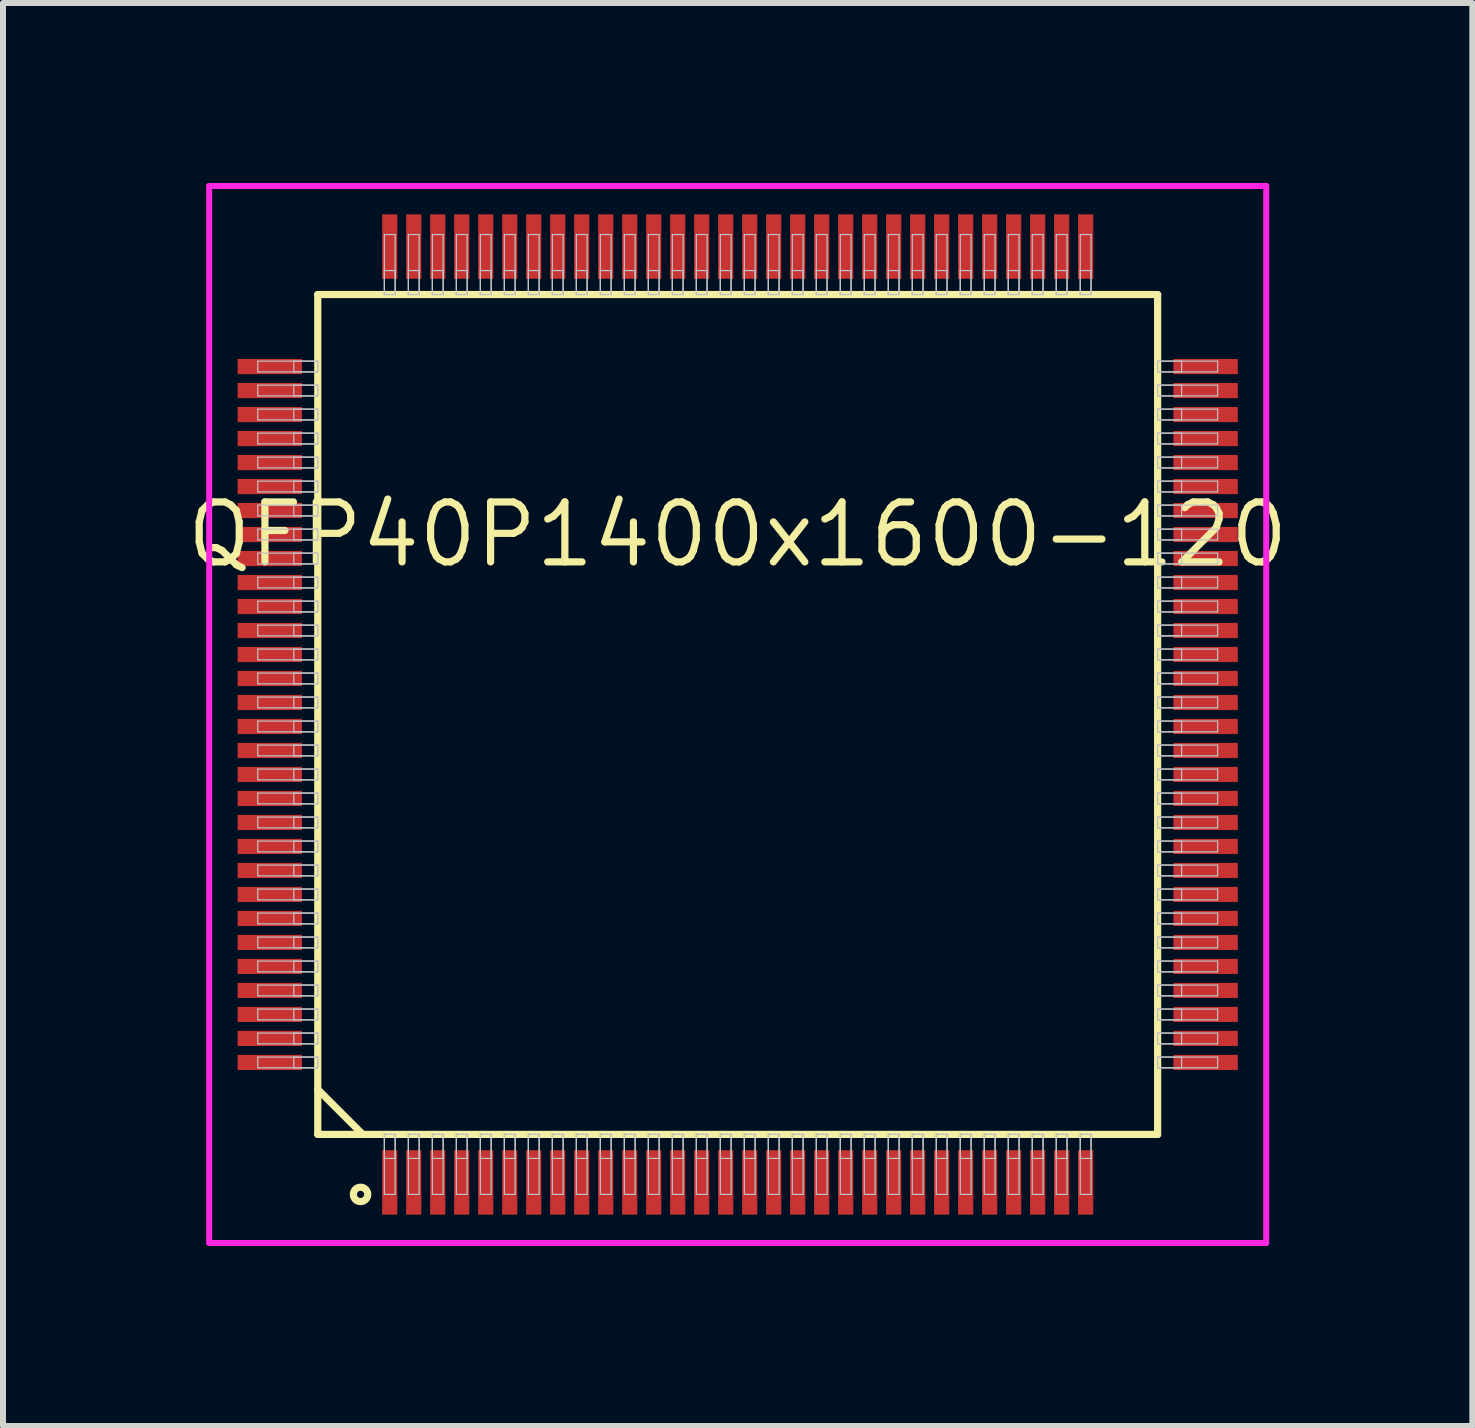
<source format=kicad_pcb>
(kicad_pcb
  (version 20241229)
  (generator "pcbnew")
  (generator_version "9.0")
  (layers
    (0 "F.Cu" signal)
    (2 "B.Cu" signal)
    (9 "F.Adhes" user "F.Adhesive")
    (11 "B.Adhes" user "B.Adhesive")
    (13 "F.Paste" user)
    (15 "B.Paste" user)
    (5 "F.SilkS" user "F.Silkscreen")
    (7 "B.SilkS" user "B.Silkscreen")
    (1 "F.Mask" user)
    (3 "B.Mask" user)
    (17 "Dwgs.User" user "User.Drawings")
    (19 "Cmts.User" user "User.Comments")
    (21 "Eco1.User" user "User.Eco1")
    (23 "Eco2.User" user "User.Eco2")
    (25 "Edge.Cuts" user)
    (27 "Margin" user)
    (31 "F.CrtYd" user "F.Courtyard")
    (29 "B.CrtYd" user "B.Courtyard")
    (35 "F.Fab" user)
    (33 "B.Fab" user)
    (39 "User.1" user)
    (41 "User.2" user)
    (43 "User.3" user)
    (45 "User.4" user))
  (footprint "QFP40P1400x1600-120"
    (layer "F.Cu")
    (at 9.247 8.86)
    (property "Reference" "QFP40P1400x1600-120" (at 0 -3 0) (layer "F.SilkS") (effects (font (size 1 1) (thickness 0.12))))
    (attr through_hole)
    (fp_line (start -7 -7) (end -7 7) (stroke (width 0.12) (type solid)) (layer "F.SilkS"))
    (fp_line (start -7 6.25) (end -6.25 7) (stroke (width 0.12) (type solid)) (layer "F.SilkS"))
    (fp_line (start -7 7) (end 7 7) (stroke (width 0.12) (type solid)) (layer "F.SilkS"))
    (fp_line (start 7 -7) (end -7 -7) (stroke (width 0.12) (type solid)) (layer "F.SilkS"))
    (fp_line (start 7 7) (end 7 -7) (stroke (width 0.12) (type solid)) (layer "F.SilkS"))
    (fp_circle (center -6.287 8) (end -6.167 8) (stroke (width 0.12) (type solid)) (fill no) (layer "F.SilkS"))
    (fp_line (start -8 -5.89) (end -8 -5.71) (stroke (width 0.02) (type solid)) (layer "Dwgs.User"))
    (fp_line (start -8 -5.71) (end -7 -5.71) (stroke (width 0.02) (type solid)) (layer "Dwgs.User"))
    (fp_line (start -8 -5.49) (end -8 -5.31) (stroke (width 0.02) (type solid)) (layer "Dwgs.User"))
    (fp_line (start -8 -5.31) (end -7 -5.31) (stroke (width 0.02) (type solid)) (layer "Dwgs.User"))
    (fp_line (start -8 -5.09) (end -8 -4.91) (stroke (width 0.02) (type solid)) (layer "Dwgs.User"))
    (fp_line (start -8 -4.91) (end -7 -4.91) (stroke (width 0.02) (type solid)) (layer "Dwgs.User"))
    (fp_line (start -8 -4.69) (end -8 -4.51) (stroke (width 0.02) (type solid)) (layer "Dwgs.User"))
    (fp_line (start -8 -4.51) (end -7 -4.51) (stroke (width 0.02) (type solid)) (layer "Dwgs.User"))
    (fp_line (start -8 -4.29) (end -8 -4.11) (stroke (width 0.02) (type solid)) (layer "Dwgs.User"))
    (fp_line (start -8 -4.11) (end -7 -4.11) (stroke (width 0.02) (type solid)) (layer "Dwgs.User"))
    (fp_line (start -8 -3.89) (end -8 -3.71) (stroke (width 0.02) (type solid)) (layer "Dwgs.User"))
    (fp_line (start -8 -3.71) (end -7 -3.71) (stroke (width 0.02) (type solid)) (layer "Dwgs.User"))
    (fp_line (start -8 -3.49) (end -8 -3.31) (stroke (width 0.02) (type solid)) (layer "Dwgs.User"))
    (fp_line (start -8 -3.31) (end -7 -3.31) (stroke (width 0.02) (type solid)) (layer "Dwgs.User"))
    (fp_line (start -8 -3.09) (end -8 -2.91) (stroke (width 0.02) (type solid)) (layer "Dwgs.User"))
    (fp_line (start -8 -2.91) (end -7 -2.91) (stroke (width 0.02) (type solid)) (layer "Dwgs.User"))
    (fp_line (start -8 -2.69) (end -8 -2.51) (stroke (width 0.02) (type solid)) (layer "Dwgs.User"))
    (fp_line (start -8 -2.51) (end -7 -2.51) (stroke (width 0.02) (type solid)) (layer "Dwgs.User"))
    (fp_line (start -8 -2.29) (end -8 -2.11) (stroke (width 0.02) (type solid)) (layer "Dwgs.User"))
    (fp_line (start -8 -2.11) (end -7 -2.11) (stroke (width 0.02) (type solid)) (layer "Dwgs.User"))
    (fp_line (start -8 -1.89) (end -8 -1.71) (stroke (width 0.02) (type solid)) (layer "Dwgs.User"))
    (fp_line (start -8 -1.71) (end -7 -1.71) (stroke (width 0.02) (type solid)) (layer "Dwgs.User"))
    (fp_line (start -8 -1.49) (end -8 -1.31) (stroke (width 0.02) (type solid)) (layer "Dwgs.User"))
    (fp_line (start -8 -1.31) (end -7 -1.31) (stroke (width 0.02) (type solid)) (layer "Dwgs.User"))
    (fp_line (start -8 -1.09) (end -8 -0.91) (stroke (width 0.02) (type solid)) (layer "Dwgs.User"))
    (fp_line (start -8 -0.91) (end -7 -0.91) (stroke (width 0.02) (type solid)) (layer "Dwgs.User"))
    (fp_line (start -8 -0.69) (end -8 -0.51) (stroke (width 0.02) (type solid)) (layer "Dwgs.User"))
    (fp_line (start -8 -0.51) (end -7 -0.51) (stroke (width 0.02) (type solid)) (layer "Dwgs.User"))
    (fp_line (start -8 -0.29) (end -8 -0.11) (stroke (width 0.02) (type solid)) (layer "Dwgs.User"))
    (fp_line (start -8 -0.11) (end -7 -0.11) (stroke (width 0.02) (type solid)) (layer "Dwgs.User"))
    (fp_line (start -8 0.11) (end -8 0.29) (stroke (width 0.02) (type solid)) (layer "Dwgs.User"))
    (fp_line (start -8 0.29) (end -7 0.29) (stroke (width 0.02) (type solid)) (layer "Dwgs.User"))
    (fp_line (start -8 0.51) (end -8 0.69) (stroke (width 0.02) (type solid)) (layer "Dwgs.User"))
    (fp_line (start -8 0.69) (end -7 0.69) (stroke (width 0.02) (type solid)) (layer "Dwgs.User"))
    (fp_line (start -8 0.91) (end -8 1.09) (stroke (width 0.02) (type solid)) (layer "Dwgs.User"))
    (fp_line (start -8 1.09) (end -7 1.09) (stroke (width 0.02) (type solid)) (layer "Dwgs.User"))
    (fp_line (start -8 1.31) (end -8 1.49) (stroke (width 0.02) (type solid)) (layer "Dwgs.User"))
    (fp_line (start -8 1.49) (end -7 1.49) (stroke (width 0.02) (type solid)) (layer "Dwgs.User"))
    (fp_line (start -8 1.71) (end -8 1.89) (stroke (width 0.02) (type solid)) (layer "Dwgs.User"))
    (fp_line (start -8 1.89) (end -7 1.89) (stroke (width 0.02) (type solid)) (layer "Dwgs.User"))
    (fp_line (start -8 2.11) (end -8 2.29) (stroke (width 0.02) (type solid)) (layer "Dwgs.User"))
    (fp_line (start -8 2.29) (end -7 2.29) (stroke (width 0.02) (type solid)) (layer "Dwgs.User"))
    (fp_line (start -8 2.51) (end -8 2.69) (stroke (width 0.02) (type solid)) (layer "Dwgs.User"))
    (fp_line (start -8 2.69) (end -7 2.69) (stroke (width 0.02) (type solid)) (layer "Dwgs.User"))
    (fp_line (start -8 2.91) (end -8 3.09) (stroke (width 0.02) (type solid)) (layer "Dwgs.User"))
    (fp_line (start -8 3.09) (end -7 3.09) (stroke (width 0.02) (type solid)) (layer "Dwgs.User"))
    (fp_line (start -8 3.31) (end -8 3.49) (stroke (width 0.02) (type solid)) (layer "Dwgs.User"))
    (fp_line (start -8 3.49) (end -7 3.49) (stroke (width 0.02) (type solid)) (layer "Dwgs.User"))
    (fp_line (start -8 3.71) (end -8 3.89) (stroke (width 0.02) (type solid)) (layer "Dwgs.User"))
    (fp_line (start -8 3.89) (end -7 3.89) (stroke (width 0.02) (type solid)) (layer "Dwgs.User"))
    (fp_line (start -8 4.11) (end -8 4.29) (stroke (width 0.02) (type solid)) (layer "Dwgs.User"))
    (fp_line (start -8 4.29) (end -7 4.29) (stroke (width 0.02) (type solid)) (layer "Dwgs.User"))
    (fp_line (start -8 4.51) (end -8 4.69) (stroke (width 0.02) (type solid)) (layer "Dwgs.User"))
    (fp_line (start -8 4.69) (end -7 4.69) (stroke (width 0.02) (type solid)) (layer "Dwgs.User"))
    (fp_line (start -8 4.91) (end -8 5.09) (stroke (width 0.02) (type solid)) (layer "Dwgs.User"))
    (fp_line (start -8 5.09) (end -7 5.09) (stroke (width 0.02) (type solid)) (layer "Dwgs.User"))
    (fp_line (start -8 5.31) (end -8 5.49) (stroke (width 0.02) (type solid)) (layer "Dwgs.User"))
    (fp_line (start -8 5.49) (end -7 5.49) (stroke (width 0.02) (type solid)) (layer "Dwgs.User"))
    (fp_line (start -8 5.71) (end -8 5.89) (stroke (width 0.02) (type solid)) (layer "Dwgs.User"))
    (fp_line (start -8 5.89) (end -7 5.89) (stroke (width 0.02) (type solid)) (layer "Dwgs.User"))
    (fp_line (start -7.4 -5.89) (end -7.4 -5.71) (stroke (width 0.02) (type solid)) (layer "Dwgs.User"))
    (fp_line (start -7.4 -5.71) (end -7 -5.71) (stroke (width 0.02) (type solid)) (layer "Dwgs.User"))
    (fp_line (start -7.4 -5.49) (end -7.4 -5.31) (stroke (width 0.02) (type solid)) (layer "Dwgs.User"))
    (fp_line (start -7.4 -5.31) (end -7 -5.31) (stroke (width 0.02) (type solid)) (layer "Dwgs.User"))
    (fp_line (start -7.4 -5.09) (end -7.4 -4.91) (stroke (width 0.02) (type solid)) (layer "Dwgs.User"))
    (fp_line (start -7.4 -4.91) (end -7 -4.91) (stroke (width 0.02) (type solid)) (layer "Dwgs.User"))
    (fp_line (start -7.4 -4.69) (end -7.4 -4.51) (stroke (width 0.02) (type solid)) (layer "Dwgs.User"))
    (fp_line (start -7.4 -4.51) (end -7 -4.51) (stroke (width 0.02) (type solid)) (layer "Dwgs.User"))
    (fp_line (start -7.4 -4.29) (end -7.4 -4.11) (stroke (width 0.02) (type solid)) (layer "Dwgs.User"))
    (fp_line (start -7.4 -4.11) (end -7 -4.11) (stroke (width 0.02) (type solid)) (layer "Dwgs.User"))
    (fp_line (start -7.4 -3.89) (end -7.4 -3.71) (stroke (width 0.02) (type solid)) (layer "Dwgs.User"))
    (fp_line (start -7.4 -3.71) (end -7 -3.71) (stroke (width 0.02) (type solid)) (layer "Dwgs.User"))
    (fp_line (start -7.4 -3.49) (end -7.4 -3.31) (stroke (width 0.02) (type solid)) (layer "Dwgs.User"))
    (fp_line (start -7.4 -3.31) (end -7 -3.31) (stroke (width 0.02) (type solid)) (layer "Dwgs.User"))
    (fp_line (start -7.4 -3.09) (end -7.4 -2.91) (stroke (width 0.02) (type solid)) (layer "Dwgs.User"))
    (fp_line (start -7.4 -2.91) (end -7 -2.91) (stroke (width 0.02) (type solid)) (layer "Dwgs.User"))
    (fp_line (start -7.4 -2.69) (end -7.4 -2.51) (stroke (width 0.02) (type solid)) (layer "Dwgs.User"))
    (fp_line (start -7.4 -2.51) (end -7 -2.51) (stroke (width 0.02) (type solid)) (layer "Dwgs.User"))
    (fp_line (start -7.4 -2.29) (end -7.4 -2.11) (stroke (width 0.02) (type solid)) (layer "Dwgs.User"))
    (fp_line (start -7.4 -2.11) (end -7 -2.11) (stroke (width 0.02) (type solid)) (layer "Dwgs.User"))
    (fp_line (start -7.4 -1.89) (end -7.4 -1.71) (stroke (width 0.02) (type solid)) (layer "Dwgs.User"))
    (fp_line (start -7.4 -1.71) (end -7 -1.71) (stroke (width 0.02) (type solid)) (layer "Dwgs.User"))
    (fp_line (start -7.4 -1.49) (end -7.4 -1.31) (stroke (width 0.02) (type solid)) (layer "Dwgs.User"))
    (fp_line (start -7.4 -1.31) (end -7 -1.31) (stroke (width 0.02) (type solid)) (layer "Dwgs.User"))
    (fp_line (start -7.4 -1.09) (end -7.4 -0.91) (stroke (width 0.02) (type solid)) (layer "Dwgs.User"))
    (fp_line (start -7.4 -0.91) (end -7 -0.91) (stroke (width 0.02) (type solid)) (layer "Dwgs.User"))
    (fp_line (start -7.4 -0.69) (end -7.4 -0.51) (stroke (width 0.02) (type solid)) (layer "Dwgs.User"))
    (fp_line (start -7.4 -0.51) (end -7 -0.51) (stroke (width 0.02) (type solid)) (layer "Dwgs.User"))
    (fp_line (start -7.4 -0.29) (end -7.4 -0.11) (stroke (width 0.02) (type solid)) (layer "Dwgs.User"))
    (fp_line (start -7.4 -0.11) (end -7 -0.11) (stroke (width 0.02) (type solid)) (layer "Dwgs.User"))
    (fp_line (start -7.4 0.11) (end -7.4 0.29) (stroke (width 0.02) (type solid)) (layer "Dwgs.User"))
    (fp_line (start -7.4 0.29) (end -7 0.29) (stroke (width 0.02) (type solid)) (layer "Dwgs.User"))
    (fp_line (start -7.4 0.51) (end -7.4 0.69) (stroke (width 0.02) (type solid)) (layer "Dwgs.User"))
    (fp_line (start -7.4 0.69) (end -7 0.69) (stroke (width 0.02) (type solid)) (layer "Dwgs.User"))
    (fp_line (start -7.4 0.91) (end -7.4 1.09) (stroke (width 0.02) (type solid)) (layer "Dwgs.User"))
    (fp_line (start -7.4 1.09) (end -7 1.09) (stroke (width 0.02) (type solid)) (layer "Dwgs.User"))
    (fp_line (start -7.4 1.31) (end -7.4 1.49) (stroke (width 0.02) (type solid)) (layer "Dwgs.User"))
    (fp_line (start -7.4 1.49) (end -7 1.49) (stroke (width 0.02) (type solid)) (layer "Dwgs.User"))
    (fp_line (start -7.4 1.71) (end -7.4 1.89) (stroke (width 0.02) (type solid)) (layer "Dwgs.User"))
    (fp_line (start -7.4 1.89) (end -7 1.89) (stroke (width 0.02) (type solid)) (layer "Dwgs.User"))
    (fp_line (start -7.4 2.11) (end -7.4 2.29) (stroke (width 0.02) (type solid)) (layer "Dwgs.User"))
    (fp_line (start -7.4 2.29) (end -7 2.29) (stroke (width 0.02) (type solid)) (layer "Dwgs.User"))
    (fp_line (start -7.4 2.51) (end -7.4 2.69) (stroke (width 0.02) (type solid)) (layer "Dwgs.User"))
    (fp_line (start -7.4 2.69) (end -7 2.69) (stroke (width 0.02) (type solid)) (layer "Dwgs.User"))
    (fp_line (start -7.4 2.91) (end -7.4 3.09) (stroke (width 0.02) (type solid)) (layer "Dwgs.User"))
    (fp_line (start -7.4 3.09) (end -7 3.09) (stroke (width 0.02) (type solid)) (layer "Dwgs.User"))
    (fp_line (start -7.4 3.31) (end -7.4 3.49) (stroke (width 0.02) (type solid)) (layer "Dwgs.User"))
    (fp_line (start -7.4 3.49) (end -7 3.49) (stroke (width 0.02) (type solid)) (layer "Dwgs.User"))
    (fp_line (start -7.4 3.71) (end -7.4 3.89) (stroke (width 0.02) (type solid)) (layer "Dwgs.User"))
    (fp_line (start -7.4 3.89) (end -7 3.89) (stroke (width 0.02) (type solid)) (layer "Dwgs.User"))
    (fp_line (start -7.4 4.11) (end -7.4 4.29) (stroke (width 0.02) (type solid)) (layer "Dwgs.User"))
    (fp_line (start -7.4 4.29) (end -7 4.29) (stroke (width 0.02) (type solid)) (layer "Dwgs.User"))
    (fp_line (start -7.4 4.51) (end -7.4 4.69) (stroke (width 0.02) (type solid)) (layer "Dwgs.User"))
    (fp_line (start -7.4 4.69) (end -7 4.69) (stroke (width 0.02) (type solid)) (layer "Dwgs.User"))
    (fp_line (start -7.4 4.91) (end -7.4 5.09) (stroke (width 0.02) (type solid)) (layer "Dwgs.User"))
    (fp_line (start -7.4 5.09) (end -7 5.09) (stroke (width 0.02) (type solid)) (layer "Dwgs.User"))
    (fp_line (start -7.4 5.31) (end -7.4 5.49) (stroke (width 0.02) (type solid)) (layer "Dwgs.User"))
    (fp_line (start -7.4 5.49) (end -7 5.49) (stroke (width 0.02) (type solid)) (layer "Dwgs.User"))
    (fp_line (start -7.4 5.71) (end -7.4 5.89) (stroke (width 0.02) (type solid)) (layer "Dwgs.User"))
    (fp_line (start -7.4 5.89) (end -7 5.89) (stroke (width 0.02) (type solid)) (layer "Dwgs.User"))
    (fp_line (start -7 -5.89) (end -8 -5.89) (stroke (width 0.02) (type solid)) (layer "Dwgs.User"))
    (fp_line (start -7 -5.89) (end -7.4 -5.89) (stroke (width 0.02) (type solid)) (layer "Dwgs.User"))
    (fp_line (start -7 -5.71) (end -7 -5.89) (stroke (width 0.02) (type solid)) (layer "Dwgs.User"))
    (fp_line (start -7 -5.71) (end -7 -5.89) (stroke (width 0.02) (type solid)) (layer "Dwgs.User"))
    (fp_line (start -7 -5.49) (end -8 -5.49) (stroke (width 0.02) (type solid)) (layer "Dwgs.User"))
    (fp_line (start -7 -5.49) (end -7.4 -5.49) (stroke (width 0.02) (type solid)) (layer "Dwgs.User"))
    (fp_line (start -7 -5.31) (end -7 -5.49) (stroke (width 0.02) (type solid)) (layer "Dwgs.User"))
    (fp_line (start -7 -5.31) (end -7 -5.49) (stroke (width 0.02) (type solid)) (layer "Dwgs.User"))
    (fp_line (start -7 -5.09) (end -8 -5.09) (stroke (width 0.02) (type solid)) (layer "Dwgs.User"))
    (fp_line (start -7 -5.09) (end -7.4 -5.09) (stroke (width 0.02) (type solid)) (layer "Dwgs.User"))
    (fp_line (start -7 -4.91) (end -7 -5.09) (stroke (width 0.02) (type solid)) (layer "Dwgs.User"))
    (fp_line (start -7 -4.91) (end -7 -5.09) (stroke (width 0.02) (type solid)) (layer "Dwgs.User"))
    (fp_line (start -7 -4.69) (end -8 -4.69) (stroke (width 0.02) (type solid)) (layer "Dwgs.User"))
    (fp_line (start -7 -4.69) (end -7.4 -4.69) (stroke (width 0.02) (type solid)) (layer "Dwgs.User"))
    (fp_line (start -7 -4.51) (end -7 -4.69) (stroke (width 0.02) (type solid)) (layer "Dwgs.User"))
    (fp_line (start -7 -4.51) (end -7 -4.69) (stroke (width 0.02) (type solid)) (layer "Dwgs.User"))
    (fp_line (start -7 -4.29) (end -8 -4.29) (stroke (width 0.02) (type solid)) (layer "Dwgs.User"))
    (fp_line (start -7 -4.29) (end -7.4 -4.29) (stroke (width 0.02) (type solid)) (layer "Dwgs.User"))
    (fp_line (start -7 -4.11) (end -7 -4.29) (stroke (width 0.02) (type solid)) (layer "Dwgs.User"))
    (fp_line (start -7 -4.11) (end -7 -4.29) (stroke (width 0.02) (type solid)) (layer "Dwgs.User"))
    (fp_line (start -7 -3.89) (end -8 -3.89) (stroke (width 0.02) (type solid)) (layer "Dwgs.User"))
    (fp_line (start -7 -3.89) (end -7.4 -3.89) (stroke (width 0.02) (type solid)) (layer "Dwgs.User"))
    (fp_line (start -7 -3.71) (end -7 -3.89) (stroke (width 0.02) (type solid)) (layer "Dwgs.User"))
    (fp_line (start -7 -3.71) (end -7 -3.89) (stroke (width 0.02) (type solid)) (layer "Dwgs.User"))
    (fp_line (start -7 -3.49) (end -8 -3.49) (stroke (width 0.02) (type solid)) (layer "Dwgs.User"))
    (fp_line (start -7 -3.49) (end -7.4 -3.49) (stroke (width 0.02) (type solid)) (layer "Dwgs.User"))
    (fp_line (start -7 -3.31) (end -7 -3.49) (stroke (width 0.02) (type solid)) (layer "Dwgs.User"))
    (fp_line (start -7 -3.31) (end -7 -3.49) (stroke (width 0.02) (type solid)) (layer "Dwgs.User"))
    (fp_line (start -7 -3.09) (end -8 -3.09) (stroke (width 0.02) (type solid)) (layer "Dwgs.User"))
    (fp_line (start -7 -3.09) (end -7.4 -3.09) (stroke (width 0.02) (type solid)) (layer "Dwgs.User"))
    (fp_line (start -7 -2.91) (end -7 -3.09) (stroke (width 0.02) (type solid)) (layer "Dwgs.User"))
    (fp_line (start -7 -2.91) (end -7 -3.09) (stroke (width 0.02) (type solid)) (layer "Dwgs.User"))
    (fp_line (start -7 -2.69) (end -8 -2.69) (stroke (width 0.02) (type solid)) (layer "Dwgs.User"))
    (fp_line (start -7 -2.69) (end -7.4 -2.69) (stroke (width 0.02) (type solid)) (layer "Dwgs.User"))
    (fp_line (start -7 -2.51) (end -7 -2.69) (stroke (width 0.02) (type solid)) (layer "Dwgs.User"))
    (fp_line (start -7 -2.51) (end -7 -2.69) (stroke (width 0.02) (type solid)) (layer "Dwgs.User"))
    (fp_line (start -7 -2.29) (end -8 -2.29) (stroke (width 0.02) (type solid)) (layer "Dwgs.User"))
    (fp_line (start -7 -2.29) (end -7.4 -2.29) (stroke (width 0.02) (type solid)) (layer "Dwgs.User"))
    (fp_line (start -7 -2.11) (end -7 -2.29) (stroke (width 0.02) (type solid)) (layer "Dwgs.User"))
    (fp_line (start -7 -2.11) (end -7 -2.29) (stroke (width 0.02) (type solid)) (layer "Dwgs.User"))
    (fp_line (start -7 -1.89) (end -8 -1.89) (stroke (width 0.02) (type solid)) (layer "Dwgs.User"))
    (fp_line (start -7 -1.89) (end -7.4 -1.89) (stroke (width 0.02) (type solid)) (layer "Dwgs.User"))
    (fp_line (start -7 -1.71) (end -7 -1.89) (stroke (width 0.02) (type solid)) (layer "Dwgs.User"))
    (fp_line (start -7 -1.71) (end -7 -1.89) (stroke (width 0.02) (type solid)) (layer "Dwgs.User"))
    (fp_line (start -7 -1.49) (end -8 -1.49) (stroke (width 0.02) (type solid)) (layer "Dwgs.User"))
    (fp_line (start -7 -1.49) (end -7.4 -1.49) (stroke (width 0.02) (type solid)) (layer "Dwgs.User"))
    (fp_line (start -7 -1.31) (end -7 -1.49) (stroke (width 0.02) (type solid)) (layer "Dwgs.User"))
    (fp_line (start -7 -1.31) (end -7 -1.49) (stroke (width 0.02) (type solid)) (layer "Dwgs.User"))
    (fp_line (start -7 -1.09) (end -8 -1.09) (stroke (width 0.02) (type solid)) (layer "Dwgs.User"))
    (fp_line (start -7 -1.09) (end -7.4 -1.09) (stroke (width 0.02) (type solid)) (layer "Dwgs.User"))
    (fp_line (start -7 -0.91) (end -7 -1.09) (stroke (width 0.02) (type solid)) (layer "Dwgs.User"))
    (fp_line (start -7 -0.91) (end -7 -1.09) (stroke (width 0.02) (type solid)) (layer "Dwgs.User"))
    (fp_line (start -7 -0.69) (end -8 -0.69) (stroke (width 0.02) (type solid)) (layer "Dwgs.User"))
    (fp_line (start -7 -0.69) (end -7.4 -0.69) (stroke (width 0.02) (type solid)) (layer "Dwgs.User"))
    (fp_line (start -7 -0.51) (end -7 -0.69) (stroke (width 0.02) (type solid)) (layer "Dwgs.User"))
    (fp_line (start -7 -0.51) (end -7 -0.69) (stroke (width 0.02) (type solid)) (layer "Dwgs.User"))
    (fp_line (start -7 -0.29) (end -8 -0.29) (stroke (width 0.02) (type solid)) (layer "Dwgs.User"))
    (fp_line (start -7 -0.29) (end -7.4 -0.29) (stroke (width 0.02) (type solid)) (layer "Dwgs.User"))
    (fp_line (start -7 -0.11) (end -7 -0.29) (stroke (width 0.02) (type solid)) (layer "Dwgs.User"))
    (fp_line (start -7 -0.11) (end -7 -0.29) (stroke (width 0.02) (type solid)) (layer "Dwgs.User"))
    (fp_line (start -7 0.11) (end -8 0.11) (stroke (width 0.02) (type solid)) (layer "Dwgs.User"))
    (fp_line (start -7 0.11) (end -7.4 0.11) (stroke (width 0.02) (type solid)) (layer "Dwgs.User"))
    (fp_line (start -7 0.29) (end -7 0.11) (stroke (width 0.02) (type solid)) (layer "Dwgs.User"))
    (fp_line (start -7 0.29) (end -7 0.11) (stroke (width 0.02) (type solid)) (layer "Dwgs.User"))
    (fp_line (start -7 0.51) (end -8 0.51) (stroke (width 0.02) (type solid)) (layer "Dwgs.User"))
    (fp_line (start -7 0.51) (end -7.4 0.51) (stroke (width 0.02) (type solid)) (layer "Dwgs.User"))
    (fp_line (start -7 0.69) (end -7 0.51) (stroke (width 0.02) (type solid)) (layer "Dwgs.User"))
    (fp_line (start -7 0.69) (end -7 0.51) (stroke (width 0.02) (type solid)) (layer "Dwgs.User"))
    (fp_line (start -7 0.91) (end -8 0.91) (stroke (width 0.02) (type solid)) (layer "Dwgs.User"))
    (fp_line (start -7 0.91) (end -7.4 0.91) (stroke (width 0.02) (type solid)) (layer "Dwgs.User"))
    (fp_line (start -7 1.09) (end -7 0.91) (stroke (width 0.02) (type solid)) (layer "Dwgs.User"))
    (fp_line (start -7 1.09) (end -7 0.91) (stroke (width 0.02) (type solid)) (layer "Dwgs.User"))
    (fp_line (start -7 1.31) (end -8 1.31) (stroke (width 0.02) (type solid)) (layer "Dwgs.User"))
    (fp_line (start -7 1.31) (end -7.4 1.31) (stroke (width 0.02) (type solid)) (layer "Dwgs.User"))
    (fp_line (start -7 1.49) (end -7 1.31) (stroke (width 0.02) (type solid)) (layer "Dwgs.User"))
    (fp_line (start -7 1.49) (end -7 1.31) (stroke (width 0.02) (type solid)) (layer "Dwgs.User"))
    (fp_line (start -7 1.71) (end -8 1.71) (stroke (width 0.02) (type solid)) (layer "Dwgs.User"))
    (fp_line (start -7 1.71) (end -7.4 1.71) (stroke (width 0.02) (type solid)) (layer "Dwgs.User"))
    (fp_line (start -7 1.89) (end -7 1.71) (stroke (width 0.02) (type solid)) (layer "Dwgs.User"))
    (fp_line (start -7 1.89) (end -7 1.71) (stroke (width 0.02) (type solid)) (layer "Dwgs.User"))
    (fp_line (start -7 2.11) (end -8 2.11) (stroke (width 0.02) (type solid)) (layer "Dwgs.User"))
    (fp_line (start -7 2.11) (end -7.4 2.11) (stroke (width 0.02) (type solid)) (layer "Dwgs.User"))
    (fp_line (start -7 2.29) (end -7 2.11) (stroke (width 0.02) (type solid)) (layer "Dwgs.User"))
    (fp_line (start -7 2.29) (end -7 2.11) (stroke (width 0.02) (type solid)) (layer "Dwgs.User"))
    (fp_line (start -7 2.51) (end -8 2.51) (stroke (width 0.02) (type solid)) (layer "Dwgs.User"))
    (fp_line (start -7 2.51) (end -7.4 2.51) (stroke (width 0.02) (type solid)) (layer "Dwgs.User"))
    (fp_line (start -7 2.69) (end -7 2.51) (stroke (width 0.02) (type solid)) (layer "Dwgs.User"))
    (fp_line (start -7 2.69) (end -7 2.51) (stroke (width 0.02) (type solid)) (layer "Dwgs.User"))
    (fp_line (start -7 2.91) (end -8 2.91) (stroke (width 0.02) (type solid)) (layer "Dwgs.User"))
    (fp_line (start -7 2.91) (end -7.4 2.91) (stroke (width 0.02) (type solid)) (layer "Dwgs.User"))
    (fp_line (start -7 3.09) (end -7 2.91) (stroke (width 0.02) (type solid)) (layer "Dwgs.User"))
    (fp_line (start -7 3.09) (end -7 2.91) (stroke (width 0.02) (type solid)) (layer "Dwgs.User"))
    (fp_line (start -7 3.31) (end -8 3.31) (stroke (width 0.02) (type solid)) (layer "Dwgs.User"))
    (fp_line (start -7 3.31) (end -7.4 3.31) (stroke (width 0.02) (type solid)) (layer "Dwgs.User"))
    (fp_line (start -7 3.49) (end -7 3.31) (stroke (width 0.02) (type solid)) (layer "Dwgs.User"))
    (fp_line (start -7 3.49) (end -7 3.31) (stroke (width 0.02) (type solid)) (layer "Dwgs.User"))
    (fp_line (start -7 3.71) (end -8 3.71) (stroke (width 0.02) (type solid)) (layer "Dwgs.User"))
    (fp_line (start -7 3.71) (end -7.4 3.71) (stroke (width 0.02) (type solid)) (layer "Dwgs.User"))
    (fp_line (start -7 3.89) (end -7 3.71) (stroke (width 0.02) (type solid)) (layer "Dwgs.User"))
    (fp_line (start -7 3.89) (end -7 3.71) (stroke (width 0.02) (type solid)) (layer "Dwgs.User"))
    (fp_line (start -7 4.11) (end -8 4.11) (stroke (width 0.02) (type solid)) (layer "Dwgs.User"))
    (fp_line (start -7 4.11) (end -7.4 4.11) (stroke (width 0.02) (type solid)) (layer "Dwgs.User"))
    (fp_line (start -7 4.29) (end -7 4.11) (stroke (width 0.02) (type solid)) (layer "Dwgs.User"))
    (fp_line (start -7 4.29) (end -7 4.11) (stroke (width 0.02) (type solid)) (layer "Dwgs.User"))
    (fp_line (start -7 4.51) (end -8 4.51) (stroke (width 0.02) (type solid)) (layer "Dwgs.User"))
    (fp_line (start -7 4.51) (end -7.4 4.51) (stroke (width 0.02) (type solid)) (layer "Dwgs.User"))
    (fp_line (start -7 4.69) (end -7 4.51) (stroke (width 0.02) (type solid)) (layer "Dwgs.User"))
    (fp_line (start -7 4.69) (end -7 4.51) (stroke (width 0.02) (type solid)) (layer "Dwgs.User"))
    (fp_line (start -7 4.91) (end -8 4.91) (stroke (width 0.02) (type solid)) (layer "Dwgs.User"))
    (fp_line (start -7 4.91) (end -7.4 4.91) (stroke (width 0.02) (type solid)) (layer "Dwgs.User"))
    (fp_line (start -7 5.09) (end -7 4.91) (stroke (width 0.02) (type solid)) (layer "Dwgs.User"))
    (fp_line (start -7 5.09) (end -7 4.91) (stroke (width 0.02) (type solid)) (layer "Dwgs.User"))
    (fp_line (start -7 5.31) (end -8 5.31) (stroke (width 0.02) (type solid)) (layer "Dwgs.User"))
    (fp_line (start -7 5.31) (end -7.4 5.31) (stroke (width 0.02) (type solid)) (layer "Dwgs.User"))
    (fp_line (start -7 5.49) (end -7 5.31) (stroke (width 0.02) (type solid)) (layer "Dwgs.User"))
    (fp_line (start -7 5.49) (end -7 5.31) (stroke (width 0.02) (type solid)) (layer "Dwgs.User"))
    (fp_line (start -7 5.71) (end -8 5.71) (stroke (width 0.02) (type solid)) (layer "Dwgs.User"))
    (fp_line (start -7 5.71) (end -7.4 5.71) (stroke (width 0.02) (type solid)) (layer "Dwgs.User"))
    (fp_line (start -7 5.89) (end -7 5.71) (stroke (width 0.02) (type solid)) (layer "Dwgs.User"))
    (fp_line (start -7 5.89) (end -7 5.71) (stroke (width 0.02) (type solid)) (layer "Dwgs.User"))
    (fp_line (start -5.89 -8) (end -5.89 -7) (stroke (width 0.02) (type solid)) (layer "Dwgs.User"))
    (fp_line (start -5.89 -7.4) (end -5.89 -7) (stroke (width 0.02) (type solid)) (layer "Dwgs.User"))
    (fp_line (start -5.89 -7) (end -5.71 -7) (stroke (width 0.02) (type solid)) (layer "Dwgs.User"))
    (fp_line (start -5.89 -7) (end -5.71 -7) (stroke (width 0.02) (type solid)) (layer "Dwgs.User"))
    (fp_line (start -5.89 7) (end -5.71 7) (stroke (width 0.02) (type solid)) (layer "Dwgs.User"))
    (fp_line (start -5.89 7) (end -5.71 7) (stroke (width 0.02) (type solid)) (layer "Dwgs.User"))
    (fp_line (start -5.89 7.4) (end -5.89 7) (stroke (width 0.02) (type solid)) (layer "Dwgs.User"))
    (fp_line (start -5.89 8) (end -5.89 7) (stroke (width 0.02) (type solid)) (layer "Dwgs.User"))
    (fp_line (start -5.71 -8) (end -5.89 -8) (stroke (width 0.02) (type solid)) (layer "Dwgs.User"))
    (fp_line (start -5.71 -7.4) (end -5.89 -7.4) (stroke (width 0.02) (type solid)) (layer "Dwgs.User"))
    (fp_line (start -5.71 -7) (end -5.71 -8) (stroke (width 0.02) (type solid)) (layer "Dwgs.User"))
    (fp_line (start -5.71 -7) (end -5.71 -7.4) (stroke (width 0.02) (type solid)) (layer "Dwgs.User"))
    (fp_line (start -5.71 7) (end -5.71 7.4) (stroke (width 0.02) (type solid)) (layer "Dwgs.User"))
    (fp_line (start -5.71 7) (end -5.71 8) (stroke (width 0.02) (type solid)) (layer "Dwgs.User"))
    (fp_line (start -5.71 7.4) (end -5.89 7.4) (stroke (width 0.02) (type solid)) (layer "Dwgs.User"))
    (fp_line (start -5.71 8) (end -5.89 8) (stroke (width 0.02) (type solid)) (layer "Dwgs.User"))
    (fp_line (start -5.49 -8) (end -5.49 -7) (stroke (width 0.02) (type solid)) (layer "Dwgs.User"))
    (fp_line (start -5.49 -7.4) (end -5.49 -7) (stroke (width 0.02) (type solid)) (layer "Dwgs.User"))
    (fp_line (start -5.49 -7) (end -5.31 -7) (stroke (width 0.02) (type solid)) (layer "Dwgs.User"))
    (fp_line (start -5.49 -7) (end -5.31 -7) (stroke (width 0.02) (type solid)) (layer "Dwgs.User"))
    (fp_line (start -5.49 7) (end -5.31 7) (stroke (width 0.02) (type solid)) (layer "Dwgs.User"))
    (fp_line (start -5.49 7) (end -5.31 7) (stroke (width 0.02) (type solid)) (layer "Dwgs.User"))
    (fp_line (start -5.49 7.4) (end -5.49 7) (stroke (width 0.02) (type solid)) (layer "Dwgs.User"))
    (fp_line (start -5.49 8) (end -5.49 7) (stroke (width 0.02) (type solid)) (layer "Dwgs.User"))
    (fp_line (start -5.31 -8) (end -5.49 -8) (stroke (width 0.02) (type solid)) (layer "Dwgs.User"))
    (fp_line (start -5.31 -7.4) (end -5.49 -7.4) (stroke (width 0.02) (type solid)) (layer "Dwgs.User"))
    (fp_line (start -5.31 -7) (end -5.31 -8) (stroke (width 0.02) (type solid)) (layer "Dwgs.User"))
    (fp_line (start -5.31 -7) (end -5.31 -7.4) (stroke (width 0.02) (type solid)) (layer "Dwgs.User"))
    (fp_line (start -5.31 7) (end -5.31 7.4) (stroke (width 0.02) (type solid)) (layer "Dwgs.User"))
    (fp_line (start -5.31 7) (end -5.31 8) (stroke (width 0.02) (type solid)) (layer "Dwgs.User"))
    (fp_line (start -5.31 7.4) (end -5.49 7.4) (stroke (width 0.02) (type solid)) (layer "Dwgs.User"))
    (fp_line (start -5.31 8) (end -5.49 8) (stroke (width 0.02) (type solid)) (layer "Dwgs.User"))
    (fp_line (start -5.09 -8) (end -5.09 -7) (stroke (width 0.02) (type solid)) (layer "Dwgs.User"))
    (fp_line (start -5.09 -7.4) (end -5.09 -7) (stroke (width 0.02) (type solid)) (layer "Dwgs.User"))
    (fp_line (start -5.09 -7) (end -4.91 -7) (stroke (width 0.02) (type solid)) (layer "Dwgs.User"))
    (fp_line (start -5.09 -7) (end -4.91 -7) (stroke (width 0.02) (type solid)) (layer "Dwgs.User"))
    (fp_line (start -5.09 7) (end -4.91 7) (stroke (width 0.02) (type solid)) (layer "Dwgs.User"))
    (fp_line (start -5.09 7) (end -4.91 7) (stroke (width 0.02) (type solid)) (layer "Dwgs.User"))
    (fp_line (start -5.09 7.4) (end -5.09 7) (stroke (width 0.02) (type solid)) (layer "Dwgs.User"))
    (fp_line (start -5.09 8) (end -5.09 7) (stroke (width 0.02) (type solid)) (layer "Dwgs.User"))
    (fp_line (start -4.91 -8) (end -5.09 -8) (stroke (width 0.02) (type solid)) (layer "Dwgs.User"))
    (fp_line (start -4.91 -7.4) (end -5.09 -7.4) (stroke (width 0.02) (type solid)) (layer "Dwgs.User"))
    (fp_line (start -4.91 -7) (end -4.91 -8) (stroke (width 0.02) (type solid)) (layer "Dwgs.User"))
    (fp_line (start -4.91 -7) (end -4.91 -7.4) (stroke (width 0.02) (type solid)) (layer "Dwgs.User"))
    (fp_line (start -4.91 7) (end -4.91 7.4) (stroke (width 0.02) (type solid)) (layer "Dwgs.User"))
    (fp_line (start -4.91 7) (end -4.91 8) (stroke (width 0.02) (type solid)) (layer "Dwgs.User"))
    (fp_line (start -4.91 7.4) (end -5.09 7.4) (stroke (width 0.02) (type solid)) (layer "Dwgs.User"))
    (fp_line (start -4.91 8) (end -5.09 8) (stroke (width 0.02) (type solid)) (layer "Dwgs.User"))
    (fp_line (start -4.69 -8) (end -4.69 -7) (stroke (width 0.02) (type solid)) (layer "Dwgs.User"))
    (fp_line (start -4.69 -7.4) (end -4.69 -7) (stroke (width 0.02) (type solid)) (layer "Dwgs.User"))
    (fp_line (start -4.69 -7) (end -4.51 -7) (stroke (width 0.02) (type solid)) (layer "Dwgs.User"))
    (fp_line (start -4.69 -7) (end -4.51 -7) (stroke (width 0.02) (type solid)) (layer "Dwgs.User"))
    (fp_line (start -4.69 7) (end -4.51 7) (stroke (width 0.02) (type solid)) (layer "Dwgs.User"))
    (fp_line (start -4.69 7) (end -4.51 7) (stroke (width 0.02) (type solid)) (layer "Dwgs.User"))
    (fp_line (start -4.69 7.4) (end -4.69 7) (stroke (width 0.02) (type solid)) (layer "Dwgs.User"))
    (fp_line (start -4.69 8) (end -4.69 7) (stroke (width 0.02) (type solid)) (layer "Dwgs.User"))
    (fp_line (start -4.51 -8) (end -4.69 -8) (stroke (width 0.02) (type solid)) (layer "Dwgs.User"))
    (fp_line (start -4.51 -7.4) (end -4.69 -7.4) (stroke (width 0.02) (type solid)) (layer "Dwgs.User"))
    (fp_line (start -4.51 -7) (end -4.51 -8) (stroke (width 0.02) (type solid)) (layer "Dwgs.User"))
    (fp_line (start -4.51 -7) (end -4.51 -7.4) (stroke (width 0.02) (type solid)) (layer "Dwgs.User"))
    (fp_line (start -4.51 7) (end -4.51 7.4) (stroke (width 0.02) (type solid)) (layer "Dwgs.User"))
    (fp_line (start -4.51 7) (end -4.51 8) (stroke (width 0.02) (type solid)) (layer "Dwgs.User"))
    (fp_line (start -4.51 7.4) (end -4.69 7.4) (stroke (width 0.02) (type solid)) (layer "Dwgs.User"))
    (fp_line (start -4.51 8) (end -4.69 8) (stroke (width 0.02) (type solid)) (layer "Dwgs.User"))
    (fp_line (start -4.29 -8) (end -4.29 -7) (stroke (width 0.02) (type solid)) (layer "Dwgs.User"))
    (fp_line (start -4.29 -7.4) (end -4.29 -7) (stroke (width 0.02) (type solid)) (layer "Dwgs.User"))
    (fp_line (start -4.29 -7) (end -4.11 -7) (stroke (width 0.02) (type solid)) (layer "Dwgs.User"))
    (fp_line (start -4.29 -7) (end -4.11 -7) (stroke (width 0.02) (type solid)) (layer "Dwgs.User"))
    (fp_line (start -4.29 7) (end -4.11 7) (stroke (width 0.02) (type solid)) (layer "Dwgs.User"))
    (fp_line (start -4.29 7) (end -4.11 7) (stroke (width 0.02) (type solid)) (layer "Dwgs.User"))
    (fp_line (start -4.29 7.4) (end -4.29 7) (stroke (width 0.02) (type solid)) (layer "Dwgs.User"))
    (fp_line (start -4.29 8) (end -4.29 7) (stroke (width 0.02) (type solid)) (layer "Dwgs.User"))
    (fp_line (start -4.11 -8) (end -4.29 -8) (stroke (width 0.02) (type solid)) (layer "Dwgs.User"))
    (fp_line (start -4.11 -7.4) (end -4.29 -7.4) (stroke (width 0.02) (type solid)) (layer "Dwgs.User"))
    (fp_line (start -4.11 -7) (end -4.11 -8) (stroke (width 0.02) (type solid)) (layer "Dwgs.User"))
    (fp_line (start -4.11 -7) (end -4.11 -7.4) (stroke (width 0.02) (type solid)) (layer "Dwgs.User"))
    (fp_line (start -4.11 7) (end -4.11 7.4) (stroke (width 0.02) (type solid)) (layer "Dwgs.User"))
    (fp_line (start -4.11 7) (end -4.11 8) (stroke (width 0.02) (type solid)) (layer "Dwgs.User"))
    (fp_line (start -4.11 7.4) (end -4.29 7.4) (stroke (width 0.02) (type solid)) (layer "Dwgs.User"))
    (fp_line (start -4.11 8) (end -4.29 8) (stroke (width 0.02) (type solid)) (layer "Dwgs.User"))
    (fp_line (start -3.89 -8) (end -3.89 -7) (stroke (width 0.02) (type solid)) (layer "Dwgs.User"))
    (fp_line (start -3.89 -7.4) (end -3.89 -7) (stroke (width 0.02) (type solid)) (layer "Dwgs.User"))
    (fp_line (start -3.89 -7) (end -3.71 -7) (stroke (width 0.02) (type solid)) (layer "Dwgs.User"))
    (fp_line (start -3.89 -7) (end -3.71 -7) (stroke (width 0.02) (type solid)) (layer "Dwgs.User"))
    (fp_line (start -3.89 7) (end -3.71 7) (stroke (width 0.02) (type solid)) (layer "Dwgs.User"))
    (fp_line (start -3.89 7) (end -3.71 7) (stroke (width 0.02) (type solid)) (layer "Dwgs.User"))
    (fp_line (start -3.89 7.4) (end -3.89 7) (stroke (width 0.02) (type solid)) (layer "Dwgs.User"))
    (fp_line (start -3.89 8) (end -3.89 7) (stroke (width 0.02) (type solid)) (layer "Dwgs.User"))
    (fp_line (start -3.71 -8) (end -3.89 -8) (stroke (width 0.02) (type solid)) (layer "Dwgs.User"))
    (fp_line (start -3.71 -7.4) (end -3.89 -7.4) (stroke (width 0.02) (type solid)) (layer "Dwgs.User"))
    (fp_line (start -3.71 -7) (end -3.71 -8) (stroke (width 0.02) (type solid)) (layer "Dwgs.User"))
    (fp_line (start -3.71 -7) (end -3.71 -7.4) (stroke (width 0.02) (type solid)) (layer "Dwgs.User"))
    (fp_line (start -3.71 7) (end -3.71 7.4) (stroke (width 0.02) (type solid)) (layer "Dwgs.User"))
    (fp_line (start -3.71 7) (end -3.71 8) (stroke (width 0.02) (type solid)) (layer "Dwgs.User"))
    (fp_line (start -3.71 7.4) (end -3.89 7.4) (stroke (width 0.02) (type solid)) (layer "Dwgs.User"))
    (fp_line (start -3.71 8) (end -3.89 8) (stroke (width 0.02) (type solid)) (layer "Dwgs.User"))
    (fp_line (start -3.49 -8) (end -3.49 -7) (stroke (width 0.02) (type solid)) (layer "Dwgs.User"))
    (fp_line (start -3.49 -7.4) (end -3.49 -7) (stroke (width 0.02) (type solid)) (layer "Dwgs.User"))
    (fp_line (start -3.49 -7) (end -3.31 -7) (stroke (width 0.02) (type solid)) (layer "Dwgs.User"))
    (fp_line (start -3.49 -7) (end -3.31 -7) (stroke (width 0.02) (type solid)) (layer "Dwgs.User"))
    (fp_line (start -3.49 7) (end -3.31 7) (stroke (width 0.02) (type solid)) (layer "Dwgs.User"))
    (fp_line (start -3.49 7) (end -3.31 7) (stroke (width 0.02) (type solid)) (layer "Dwgs.User"))
    (fp_line (start -3.49 7.4) (end -3.49 7) (stroke (width 0.02) (type solid)) (layer "Dwgs.User"))
    (fp_line (start -3.49 8) (end -3.49 7) (stroke (width 0.02) (type solid)) (layer "Dwgs.User"))
    (fp_line (start -3.31 -8) (end -3.49 -8) (stroke (width 0.02) (type solid)) (layer "Dwgs.User"))
    (fp_line (start -3.31 -7.4) (end -3.49 -7.4) (stroke (width 0.02) (type solid)) (layer "Dwgs.User"))
    (fp_line (start -3.31 -7) (end -3.31 -8) (stroke (width 0.02) (type solid)) (layer "Dwgs.User"))
    (fp_line (start -3.31 -7) (end -3.31 -7.4) (stroke (width 0.02) (type solid)) (layer "Dwgs.User"))
    (fp_line (start -3.31 7) (end -3.31 7.4) (stroke (width 0.02) (type solid)) (layer "Dwgs.User"))
    (fp_line (start -3.31 7) (end -3.31 8) (stroke (width 0.02) (type solid)) (layer "Dwgs.User"))
    (fp_line (start -3.31 7.4) (end -3.49 7.4) (stroke (width 0.02) (type solid)) (layer "Dwgs.User"))
    (fp_line (start -3.31 8) (end -3.49 8) (stroke (width 0.02) (type solid)) (layer "Dwgs.User"))
    (fp_line (start -3.09 -8) (end -3.09 -7) (stroke (width 0.02) (type solid)) (layer "Dwgs.User"))
    (fp_line (start -3.09 -7.4) (end -3.09 -7) (stroke (width 0.02) (type solid)) (layer "Dwgs.User"))
    (fp_line (start -3.09 -7) (end -2.91 -7) (stroke (width 0.02) (type solid)) (layer "Dwgs.User"))
    (fp_line (start -3.09 -7) (end -2.91 -7) (stroke (width 0.02) (type solid)) (layer "Dwgs.User"))
    (fp_line (start -3.09 7) (end -2.91 7) (stroke (width 0.02) (type solid)) (layer "Dwgs.User"))
    (fp_line (start -3.09 7) (end -2.91 7) (stroke (width 0.02) (type solid)) (layer "Dwgs.User"))
    (fp_line (start -3.09 7.4) (end -3.09 7) (stroke (width 0.02) (type solid)) (layer "Dwgs.User"))
    (fp_line (start -3.09 8) (end -3.09 7) (stroke (width 0.02) (type solid)) (layer "Dwgs.User"))
    (fp_line (start -2.91 -8) (end -3.09 -8) (stroke (width 0.02) (type solid)) (layer "Dwgs.User"))
    (fp_line (start -2.91 -7.4) (end -3.09 -7.4) (stroke (width 0.02) (type solid)) (layer "Dwgs.User"))
    (fp_line (start -2.91 -7) (end -2.91 -8) (stroke (width 0.02) (type solid)) (layer "Dwgs.User"))
    (fp_line (start -2.91 -7) (end -2.91 -7.4) (stroke (width 0.02) (type solid)) (layer "Dwgs.User"))
    (fp_line (start -2.91 7) (end -2.91 7.4) (stroke (width 0.02) (type solid)) (layer "Dwgs.User"))
    (fp_line (start -2.91 7) (end -2.91 8) (stroke (width 0.02) (type solid)) (layer "Dwgs.User"))
    (fp_line (start -2.91 7.4) (end -3.09 7.4) (stroke (width 0.02) (type solid)) (layer "Dwgs.User"))
    (fp_line (start -2.91 8) (end -3.09 8) (stroke (width 0.02) (type solid)) (layer "Dwgs.User"))
    (fp_line (start -2.69 -8) (end -2.69 -7) (stroke (width 0.02) (type solid)) (layer "Dwgs.User"))
    (fp_line (start -2.69 -7.4) (end -2.69 -7) (stroke (width 0.02) (type solid)) (layer "Dwgs.User"))
    (fp_line (start -2.69 -7) (end -2.51 -7) (stroke (width 0.02) (type solid)) (layer "Dwgs.User"))
    (fp_line (start -2.69 -7) (end -2.51 -7) (stroke (width 0.02) (type solid)) (layer "Dwgs.User"))
    (fp_line (start -2.69 7) (end -2.51 7) (stroke (width 0.02) (type solid)) (layer "Dwgs.User"))
    (fp_line (start -2.69 7) (end -2.51 7) (stroke (width 0.02) (type solid)) (layer "Dwgs.User"))
    (fp_line (start -2.69 7.4) (end -2.69 7) (stroke (width 0.02) (type solid)) (layer "Dwgs.User"))
    (fp_line (start -2.69 8) (end -2.69 7) (stroke (width 0.02) (type solid)) (layer "Dwgs.User"))
    (fp_line (start -2.51 -8) (end -2.69 -8) (stroke (width 0.02) (type solid)) (layer "Dwgs.User"))
    (fp_line (start -2.51 -7.4) (end -2.69 -7.4) (stroke (width 0.02) (type solid)) (layer "Dwgs.User"))
    (fp_line (start -2.51 -7) (end -2.51 -8) (stroke (width 0.02) (type solid)) (layer "Dwgs.User"))
    (fp_line (start -2.51 -7) (end -2.51 -7.4) (stroke (width 0.02) (type solid)) (layer "Dwgs.User"))
    (fp_line (start -2.51 7) (end -2.51 7.4) (stroke (width 0.02) (type solid)) (layer "Dwgs.User"))
    (fp_line (start -2.51 7) (end -2.51 8) (stroke (width 0.02) (type solid)) (layer "Dwgs.User"))
    (fp_line (start -2.51 7.4) (end -2.69 7.4) (stroke (width 0.02) (type solid)) (layer "Dwgs.User"))
    (fp_line (start -2.51 8) (end -2.69 8) (stroke (width 0.02) (type solid)) (layer "Dwgs.User"))
    (fp_line (start -2.29 -8) (end -2.29 -7) (stroke (width 0.02) (type solid)) (layer "Dwgs.User"))
    (fp_line (start -2.29 -7.4) (end -2.29 -7) (stroke (width 0.02) (type solid)) (layer "Dwgs.User"))
    (fp_line (start -2.29 -7) (end -2.11 -7) (stroke (width 0.02) (type solid)) (layer "Dwgs.User"))
    (fp_line (start -2.29 -7) (end -2.11 -7) (stroke (width 0.02) (type solid)) (layer "Dwgs.User"))
    (fp_line (start -2.29 7) (end -2.11 7) (stroke (width 0.02) (type solid)) (layer "Dwgs.User"))
    (fp_line (start -2.29 7) (end -2.11 7) (stroke (width 0.02) (type solid)) (layer "Dwgs.User"))
    (fp_line (start -2.29 7.4) (end -2.29 7) (stroke (width 0.02) (type solid)) (layer "Dwgs.User"))
    (fp_line (start -2.29 8) (end -2.29 7) (stroke (width 0.02) (type solid)) (layer "Dwgs.User"))
    (fp_line (start -2.11 -8) (end -2.29 -8) (stroke (width 0.02) (type solid)) (layer "Dwgs.User"))
    (fp_line (start -2.11 -7.4) (end -2.29 -7.4) (stroke (width 0.02) (type solid)) (layer "Dwgs.User"))
    (fp_line (start -2.11 -7) (end -2.11 -8) (stroke (width 0.02) (type solid)) (layer "Dwgs.User"))
    (fp_line (start -2.11 -7) (end -2.11 -7.4) (stroke (width 0.02) (type solid)) (layer "Dwgs.User"))
    (fp_line (start -2.11 7) (end -2.11 7.4) (stroke (width 0.02) (type solid)) (layer "Dwgs.User"))
    (fp_line (start -2.11 7) (end -2.11 8) (stroke (width 0.02) (type solid)) (layer "Dwgs.User"))
    (fp_line (start -2.11 7.4) (end -2.29 7.4) (stroke (width 0.02) (type solid)) (layer "Dwgs.User"))
    (fp_line (start -2.11 8) (end -2.29 8) (stroke (width 0.02) (type solid)) (layer "Dwgs.User"))
    (fp_line (start -1.89 -8) (end -1.89 -7) (stroke (width 0.02) (type solid)) (layer "Dwgs.User"))
    (fp_line (start -1.89 -7.4) (end -1.89 -7) (stroke (width 0.02) (type solid)) (layer "Dwgs.User"))
    (fp_line (start -1.89 -7) (end -1.71 -7) (stroke (width 0.02) (type solid)) (layer "Dwgs.User"))
    (fp_line (start -1.89 -7) (end -1.71 -7) (stroke (width 0.02) (type solid)) (layer "Dwgs.User"))
    (fp_line (start -1.89 7) (end -1.71 7) (stroke (width 0.02) (type solid)) (layer "Dwgs.User"))
    (fp_line (start -1.89 7) (end -1.71 7) (stroke (width 0.02) (type solid)) (layer "Dwgs.User"))
    (fp_line (start -1.89 7.4) (end -1.89 7) (stroke (width 0.02) (type solid)) (layer "Dwgs.User"))
    (fp_line (start -1.89 8) (end -1.89 7) (stroke (width 0.02) (type solid)) (layer "Dwgs.User"))
    (fp_line (start -1.71 -8) (end -1.89 -8) (stroke (width 0.02) (type solid)) (layer "Dwgs.User"))
    (fp_line (start -1.71 -7.4) (end -1.89 -7.4) (stroke (width 0.02) (type solid)) (layer "Dwgs.User"))
    (fp_line (start -1.71 -7) (end -1.71 -8) (stroke (width 0.02) (type solid)) (layer "Dwgs.User"))
    (fp_line (start -1.71 -7) (end -1.71 -7.4) (stroke (width 0.02) (type solid)) (layer "Dwgs.User"))
    (fp_line (start -1.71 7) (end -1.71 7.4) (stroke (width 0.02) (type solid)) (layer "Dwgs.User"))
    (fp_line (start -1.71 7) (end -1.71 8) (stroke (width 0.02) (type solid)) (layer "Dwgs.User"))
    (fp_line (start -1.71 7.4) (end -1.89 7.4) (stroke (width 0.02) (type solid)) (layer "Dwgs.User"))
    (fp_line (start -1.71 8) (end -1.89 8) (stroke (width 0.02) (type solid)) (layer "Dwgs.User"))
    (fp_line (start -1.49 -8) (end -1.49 -7) (stroke (width 0.02) (type solid)) (layer "Dwgs.User"))
    (fp_line (start -1.49 -7.4) (end -1.49 -7) (stroke (width 0.02) (type solid)) (layer "Dwgs.User"))
    (fp_line (start -1.49 -7) (end -1.31 -7) (stroke (width 0.02) (type solid)) (layer "Dwgs.User"))
    (fp_line (start -1.49 -7) (end -1.31 -7) (stroke (width 0.02) (type solid)) (layer "Dwgs.User"))
    (fp_line (start -1.49 7) (end -1.31 7) (stroke (width 0.02) (type solid)) (layer "Dwgs.User"))
    (fp_line (start -1.49 7) (end -1.31 7) (stroke (width 0.02) (type solid)) (layer "Dwgs.User"))
    (fp_line (start -1.49 7.4) (end -1.49 7) (stroke (width 0.02) (type solid)) (layer "Dwgs.User"))
    (fp_line (start -1.49 8) (end -1.49 7) (stroke (width 0.02) (type solid)) (layer "Dwgs.User"))
    (fp_line (start -1.31 -8) (end -1.49 -8) (stroke (width 0.02) (type solid)) (layer "Dwgs.User"))
    (fp_line (start -1.31 -7.4) (end -1.49 -7.4) (stroke (width 0.02) (type solid)) (layer "Dwgs.User"))
    (fp_line (start -1.31 -7) (end -1.31 -8) (stroke (width 0.02) (type solid)) (layer "Dwgs.User"))
    (fp_line (start -1.31 -7) (end -1.31 -7.4) (stroke (width 0.02) (type solid)) (layer "Dwgs.User"))
    (fp_line (start -1.31 7) (end -1.31 7.4) (stroke (width 0.02) (type solid)) (layer "Dwgs.User"))
    (fp_line (start -1.31 7) (end -1.31 8) (stroke (width 0.02) (type solid)) (layer "Dwgs.User"))
    (fp_line (start -1.31 7.4) (end -1.49 7.4) (stroke (width 0.02) (type solid)) (layer "Dwgs.User"))
    (fp_line (start -1.31 8) (end -1.49 8) (stroke (width 0.02) (type solid)) (layer "Dwgs.User"))
    (fp_line (start -1.09 -8) (end -1.09 -7) (stroke (width 0.02) (type solid)) (layer "Dwgs.User"))
    (fp_line (start -1.09 -7.4) (end -1.09 -7) (stroke (width 0.02) (type solid)) (layer "Dwgs.User"))
    (fp_line (start -1.09 -7) (end -0.91 -7) (stroke (width 0.02) (type solid)) (layer "Dwgs.User"))
    (fp_line (start -1.09 -7) (end -0.91 -7) (stroke (width 0.02) (type solid)) (layer "Dwgs.User"))
    (fp_line (start -1.09 7) (end -0.91 7) (stroke (width 0.02) (type solid)) (layer "Dwgs.User"))
    (fp_line (start -1.09 7) (end -0.91 7) (stroke (width 0.02) (type solid)) (layer "Dwgs.User"))
    (fp_line (start -1.09 7.4) (end -1.09 7) (stroke (width 0.02) (type solid)) (layer "Dwgs.User"))
    (fp_line (start -1.09 8) (end -1.09 7) (stroke (width 0.02) (type solid)) (layer "Dwgs.User"))
    (fp_line (start -0.91 -8) (end -1.09 -8) (stroke (width 0.02) (type solid)) (layer "Dwgs.User"))
    (fp_line (start -0.91 -7.4) (end -1.09 -7.4) (stroke (width 0.02) (type solid)) (layer "Dwgs.User"))
    (fp_line (start -0.91 -7) (end -0.91 -8) (stroke (width 0.02) (type solid)) (layer "Dwgs.User"))
    (fp_line (start -0.91 -7) (end -0.91 -7.4) (stroke (width 0.02) (type solid)) (layer "Dwgs.User"))
    (fp_line (start -0.91 7) (end -0.91 7.4) (stroke (width 0.02) (type solid)) (layer "Dwgs.User"))
    (fp_line (start -0.91 7) (end -0.91 8) (stroke (width 0.02) (type solid)) (layer "Dwgs.User"))
    (fp_line (start -0.91 7.4) (end -1.09 7.4) (stroke (width 0.02) (type solid)) (layer "Dwgs.User"))
    (fp_line (start -0.91 8) (end -1.09 8) (stroke (width 0.02) (type solid)) (layer "Dwgs.User"))
    (fp_line (start -0.69 -8) (end -0.69 -7) (stroke (width 0.02) (type solid)) (layer "Dwgs.User"))
    (fp_line (start -0.69 -7.4) (end -0.69 -7) (stroke (width 0.02) (type solid)) (layer "Dwgs.User"))
    (fp_line (start -0.69 -7) (end -0.51 -7) (stroke (width 0.02) (type solid)) (layer "Dwgs.User"))
    (fp_line (start -0.69 -7) (end -0.51 -7) (stroke (width 0.02) (type solid)) (layer "Dwgs.User"))
    (fp_line (start -0.69 7) (end -0.51 7) (stroke (width 0.02) (type solid)) (layer "Dwgs.User"))
    (fp_line (start -0.69 7) (end -0.51 7) (stroke (width 0.02) (type solid)) (layer "Dwgs.User"))
    (fp_line (start -0.69 7.4) (end -0.69 7) (stroke (width 0.02) (type solid)) (layer "Dwgs.User"))
    (fp_line (start -0.69 8) (end -0.69 7) (stroke (width 0.02) (type solid)) (layer "Dwgs.User"))
    (fp_line (start -0.51 -8) (end -0.69 -8) (stroke (width 0.02) (type solid)) (layer "Dwgs.User"))
    (fp_line (start -0.51 -7.4) (end -0.69 -7.4) (stroke (width 0.02) (type solid)) (layer "Dwgs.User"))
    (fp_line (start -0.51 -7) (end -0.51 -8) (stroke (width 0.02) (type solid)) (layer "Dwgs.User"))
    (fp_line (start -0.51 -7) (end -0.51 -7.4) (stroke (width 0.02) (type solid)) (layer "Dwgs.User"))
    (fp_line (start -0.51 7) (end -0.51 7.4) (stroke (width 0.02) (type solid)) (layer "Dwgs.User"))
    (fp_line (start -0.51 7) (end -0.51 8) (stroke (width 0.02) (type solid)) (layer "Dwgs.User"))
    (fp_line (start -0.51 7.4) (end -0.69 7.4) (stroke (width 0.02) (type solid)) (layer "Dwgs.User"))
    (fp_line (start -0.51 8) (end -0.69 8) (stroke (width 0.02) (type solid)) (layer "Dwgs.User"))
    (fp_line (start -0.29 -8) (end -0.29 -7) (stroke (width 0.02) (type solid)) (layer "Dwgs.User"))
    (fp_line (start -0.29 -7.4) (end -0.29 -7) (stroke (width 0.02) (type solid)) (layer "Dwgs.User"))
    (fp_line (start -0.29 -7) (end -0.11 -7) (stroke (width 0.02) (type solid)) (layer "Dwgs.User"))
    (fp_line (start -0.29 -7) (end -0.11 -7) (stroke (width 0.02) (type solid)) (layer "Dwgs.User"))
    (fp_line (start -0.29 7) (end -0.11 7) (stroke (width 0.02) (type solid)) (layer "Dwgs.User"))
    (fp_line (start -0.29 7) (end -0.11 7) (stroke (width 0.02) (type solid)) (layer "Dwgs.User"))
    (fp_line (start -0.29 7.4) (end -0.29 7) (stroke (width 0.02) (type solid)) (layer "Dwgs.User"))
    (fp_line (start -0.29 8) (end -0.29 7) (stroke (width 0.02) (type solid)) (layer "Dwgs.User"))
    (fp_line (start -0.11 -8) (end -0.29 -8) (stroke (width 0.02) (type solid)) (layer "Dwgs.User"))
    (fp_line (start -0.11 -7.4) (end -0.29 -7.4) (stroke (width 0.02) (type solid)) (layer "Dwgs.User"))
    (fp_line (start -0.11 -7) (end -0.11 -8) (stroke (width 0.02) (type solid)) (layer "Dwgs.User"))
    (fp_line (start -0.11 -7) (end -0.11 -7.4) (stroke (width 0.02) (type solid)) (layer "Dwgs.User"))
    (fp_line (start -0.11 7) (end -0.11 7.4) (stroke (width 0.02) (type solid)) (layer "Dwgs.User"))
    (fp_line (start -0.11 7) (end -0.11 8) (stroke (width 0.02) (type solid)) (layer "Dwgs.User"))
    (fp_line (start -0.11 7.4) (end -0.29 7.4) (stroke (width 0.02) (type solid)) (layer "Dwgs.User"))
    (fp_line (start -0.11 8) (end -0.29 8) (stroke (width 0.02) (type solid)) (layer "Dwgs.User"))
    (fp_line (start 0.11 -8) (end 0.11 -7) (stroke (width 0.02) (type solid)) (layer "Dwgs.User"))
    (fp_line (start 0.11 -7.4) (end 0.11 -7) (stroke (width 0.02) (type solid)) (layer "Dwgs.User"))
    (fp_line (start 0.11 -7) (end 0.29 -7) (stroke (width 0.02) (type solid)) (layer "Dwgs.User"))
    (fp_line (start 0.11 -7) (end 0.29 -7) (stroke (width 0.02) (type solid)) (layer "Dwgs.User"))
    (fp_line (start 0.11 7) (end 0.29 7) (stroke (width 0.02) (type solid)) (layer "Dwgs.User"))
    (fp_line (start 0.11 7) (end 0.29 7) (stroke (width 0.02) (type solid)) (layer "Dwgs.User"))
    (fp_line (start 0.11 7.4) (end 0.11 7) (stroke (width 0.02) (type solid)) (layer "Dwgs.User"))
    (fp_line (start 0.11 8) (end 0.11 7) (stroke (width 0.02) (type solid)) (layer "Dwgs.User"))
    (fp_line (start 0.29 -8) (end 0.11 -8) (stroke (width 0.02) (type solid)) (layer "Dwgs.User"))
    (fp_line (start 0.29 -7.4) (end 0.11 -7.4) (stroke (width 0.02) (type solid)) (layer "Dwgs.User"))
    (fp_line (start 0.29 -7) (end 0.29 -8) (stroke (width 0.02) (type solid)) (layer "Dwgs.User"))
    (fp_line (start 0.29 -7) (end 0.29 -7.4) (stroke (width 0.02) (type solid)) (layer "Dwgs.User"))
    (fp_line (start 0.29 7) (end 0.29 7.4) (stroke (width 0.02) (type solid)) (layer "Dwgs.User"))
    (fp_line (start 0.29 7) (end 0.29 8) (stroke (width 0.02) (type solid)) (layer "Dwgs.User"))
    (fp_line (start 0.29 7.4) (end 0.11 7.4) (stroke (width 0.02) (type solid)) (layer "Dwgs.User"))
    (fp_line (start 0.29 8) (end 0.11 8) (stroke (width 0.02) (type solid)) (layer "Dwgs.User"))
    (fp_line (start 0.51 -8) (end 0.51 -7) (stroke (width 0.02) (type solid)) (layer "Dwgs.User"))
    (fp_line (start 0.51 -7.4) (end 0.51 -7) (stroke (width 0.02) (type solid)) (layer "Dwgs.User"))
    (fp_line (start 0.51 -7) (end 0.69 -7) (stroke (width 0.02) (type solid)) (layer "Dwgs.User"))
    (fp_line (start 0.51 -7) (end 0.69 -7) (stroke (width 0.02) (type solid)) (layer "Dwgs.User"))
    (fp_line (start 0.51 7) (end 0.69 7) (stroke (width 0.02) (type solid)) (layer "Dwgs.User"))
    (fp_line (start 0.51 7) (end 0.69 7) (stroke (width 0.02) (type solid)) (layer "Dwgs.User"))
    (fp_line (start 0.51 7.4) (end 0.51 7) (stroke (width 0.02) (type solid)) (layer "Dwgs.User"))
    (fp_line (start 0.51 8) (end 0.51 7) (stroke (width 0.02) (type solid)) (layer "Dwgs.User"))
    (fp_line (start 0.69 -8) (end 0.51 -8) (stroke (width 0.02) (type solid)) (layer "Dwgs.User"))
    (fp_line (start 0.69 -7.4) (end 0.51 -7.4) (stroke (width 0.02) (type solid)) (layer "Dwgs.User"))
    (fp_line (start 0.69 -7) (end 0.69 -8) (stroke (width 0.02) (type solid)) (layer "Dwgs.User"))
    (fp_line (start 0.69 -7) (end 0.69 -7.4) (stroke (width 0.02) (type solid)) (layer "Dwgs.User"))
    (fp_line (start 0.69 7) (end 0.69 7.4) (stroke (width 0.02) (type solid)) (layer "Dwgs.User"))
    (fp_line (start 0.69 7) (end 0.69 8) (stroke (width 0.02) (type solid)) (layer "Dwgs.User"))
    (fp_line (start 0.69 7.4) (end 0.51 7.4) (stroke (width 0.02) (type solid)) (layer "Dwgs.User"))
    (fp_line (start 0.69 8) (end 0.51 8) (stroke (width 0.02) (type solid)) (layer "Dwgs.User"))
    (fp_line (start 0.91 -8) (end 0.91 -7) (stroke (width 0.02) (type solid)) (layer "Dwgs.User"))
    (fp_line (start 0.91 -7.4) (end 0.91 -7) (stroke (width 0.02) (type solid)) (layer "Dwgs.User"))
    (fp_line (start 0.91 -7) (end 1.09 -7) (stroke (width 0.02) (type solid)) (layer "Dwgs.User"))
    (fp_line (start 0.91 -7) (end 1.09 -7) (stroke (width 0.02) (type solid)) (layer "Dwgs.User"))
    (fp_line (start 0.91 7) (end 1.09 7) (stroke (width 0.02) (type solid)) (layer "Dwgs.User"))
    (fp_line (start 0.91 7) (end 1.09 7) (stroke (width 0.02) (type solid)) (layer "Dwgs.User"))
    (fp_line (start 0.91 7.4) (end 0.91 7) (stroke (width 0.02) (type solid)) (layer "Dwgs.User"))
    (fp_line (start 0.91 8) (end 0.91 7) (stroke (width 0.02) (type solid)) (layer "Dwgs.User"))
    (fp_line (start 1.09 -8) (end 0.91 -8) (stroke (width 0.02) (type solid)) (layer "Dwgs.User"))
    (fp_line (start 1.09 -7.4) (end 0.91 -7.4) (stroke (width 0.02) (type solid)) (layer "Dwgs.User"))
    (fp_line (start 1.09 -7) (end 1.09 -8) (stroke (width 0.02) (type solid)) (layer "Dwgs.User"))
    (fp_line (start 1.09 -7) (end 1.09 -7.4) (stroke (width 0.02) (type solid)) (layer "Dwgs.User"))
    (fp_line (start 1.09 7) (end 1.09 7.4) (stroke (width 0.02) (type solid)) (layer "Dwgs.User"))
    (fp_line (start 1.09 7) (end 1.09 8) (stroke (width 0.02) (type solid)) (layer "Dwgs.User"))
    (fp_line (start 1.09 7.4) (end 0.91 7.4) (stroke (width 0.02) (type solid)) (layer "Dwgs.User"))
    (fp_line (start 1.09 8) (end 0.91 8) (stroke (width 0.02) (type solid)) (layer "Dwgs.User"))
    (fp_line (start 1.31 -8) (end 1.31 -7) (stroke (width 0.02) (type solid)) (layer "Dwgs.User"))
    (fp_line (start 1.31 -7.4) (end 1.31 -7) (stroke (width 0.02) (type solid)) (layer "Dwgs.User"))
    (fp_line (start 1.31 -7) (end 1.49 -7) (stroke (width 0.02) (type solid)) (layer "Dwgs.User"))
    (fp_line (start 1.31 -7) (end 1.49 -7) (stroke (width 0.02) (type solid)) (layer "Dwgs.User"))
    (fp_line (start 1.31 7) (end 1.49 7) (stroke (width 0.02) (type solid)) (layer "Dwgs.User"))
    (fp_line (start 1.31 7) (end 1.49 7) (stroke (width 0.02) (type solid)) (layer "Dwgs.User"))
    (fp_line (start 1.31 7.4) (end 1.31 7) (stroke (width 0.02) (type solid)) (layer "Dwgs.User"))
    (fp_line (start 1.31 8) (end 1.31 7) (stroke (width 0.02) (type solid)) (layer "Dwgs.User"))
    (fp_line (start 1.49 -8) (end 1.31 -8) (stroke (width 0.02) (type solid)) (layer "Dwgs.User"))
    (fp_line (start 1.49 -7.4) (end 1.31 -7.4) (stroke (width 0.02) (type solid)) (layer "Dwgs.User"))
    (fp_line (start 1.49 -7) (end 1.49 -8) (stroke (width 0.02) (type solid)) (layer "Dwgs.User"))
    (fp_line (start 1.49 -7) (end 1.49 -7.4) (stroke (width 0.02) (type solid)) (layer "Dwgs.User"))
    (fp_line (start 1.49 7) (end 1.49 7.4) (stroke (width 0.02) (type solid)) (layer "Dwgs.User"))
    (fp_line (start 1.49 7) (end 1.49 8) (stroke (width 0.02) (type solid)) (layer "Dwgs.User"))
    (fp_line (start 1.49 7.4) (end 1.31 7.4) (stroke (width 0.02) (type solid)) (layer "Dwgs.User"))
    (fp_line (start 1.49 8) (end 1.31 8) (stroke (width 0.02) (type solid)) (layer "Dwgs.User"))
    (fp_line (start 1.71 -8) (end 1.71 -7) (stroke (width 0.02) (type solid)) (layer "Dwgs.User"))
    (fp_line (start 1.71 -7.4) (end 1.71 -7) (stroke (width 0.02) (type solid)) (layer "Dwgs.User"))
    (fp_line (start 1.71 -7) (end 1.89 -7) (stroke (width 0.02) (type solid)) (layer "Dwgs.User"))
    (fp_line (start 1.71 -7) (end 1.89 -7) (stroke (width 0.02) (type solid)) (layer "Dwgs.User"))
    (fp_line (start 1.71 7) (end 1.89 7) (stroke (width 0.02) (type solid)) (layer "Dwgs.User"))
    (fp_line (start 1.71 7) (end 1.89 7) (stroke (width 0.02) (type solid)) (layer "Dwgs.User"))
    (fp_line (start 1.71 7.4) (end 1.71 7) (stroke (width 0.02) (type solid)) (layer "Dwgs.User"))
    (fp_line (start 1.71 8) (end 1.71 7) (stroke (width 0.02) (type solid)) (layer "Dwgs.User"))
    (fp_line (start 1.89 -8) (end 1.71 -8) (stroke (width 0.02) (type solid)) (layer "Dwgs.User"))
    (fp_line (start 1.89 -7.4) (end 1.71 -7.4) (stroke (width 0.02) (type solid)) (layer "Dwgs.User"))
    (fp_line (start 1.89 -7) (end 1.89 -8) (stroke (width 0.02) (type solid)) (layer "Dwgs.User"))
    (fp_line (start 1.89 -7) (end 1.89 -7.4) (stroke (width 0.02) (type solid)) (layer "Dwgs.User"))
    (fp_line (start 1.89 7) (end 1.89 7.4) (stroke (width 0.02) (type solid)) (layer "Dwgs.User"))
    (fp_line (start 1.89 7) (end 1.89 8) (stroke (width 0.02) (type solid)) (layer "Dwgs.User"))
    (fp_line (start 1.89 7.4) (end 1.71 7.4) (stroke (width 0.02) (type solid)) (layer "Dwgs.User"))
    (fp_line (start 1.89 8) (end 1.71 8) (stroke (width 0.02) (type solid)) (layer "Dwgs.User"))
    (fp_line (start 2.11 -8) (end 2.11 -7) (stroke (width 0.02) (type solid)) (layer "Dwgs.User"))
    (fp_line (start 2.11 -7.4) (end 2.11 -7) (stroke (width 0.02) (type solid)) (layer "Dwgs.User"))
    (fp_line (start 2.11 -7) (end 2.29 -7) (stroke (width 0.02) (type solid)) (layer "Dwgs.User"))
    (fp_line (start 2.11 -7) (end 2.29 -7) (stroke (width 0.02) (type solid)) (layer "Dwgs.User"))
    (fp_line (start 2.11 7) (end 2.29 7) (stroke (width 0.02) (type solid)) (layer "Dwgs.User"))
    (fp_line (start 2.11 7) (end 2.29 7) (stroke (width 0.02) (type solid)) (layer "Dwgs.User"))
    (fp_line (start 2.11 7.4) (end 2.11 7) (stroke (width 0.02) (type solid)) (layer "Dwgs.User"))
    (fp_line (start 2.11 8) (end 2.11 7) (stroke (width 0.02) (type solid)) (layer "Dwgs.User"))
    (fp_line (start 2.29 -8) (end 2.11 -8) (stroke (width 0.02) (type solid)) (layer "Dwgs.User"))
    (fp_line (start 2.29 -7.4) (end 2.11 -7.4) (stroke (width 0.02) (type solid)) (layer "Dwgs.User"))
    (fp_line (start 2.29 -7) (end 2.29 -8) (stroke (width 0.02) (type solid)) (layer "Dwgs.User"))
    (fp_line (start 2.29 -7) (end 2.29 -7.4) (stroke (width 0.02) (type solid)) (layer "Dwgs.User"))
    (fp_line (start 2.29 7) (end 2.29 7.4) (stroke (width 0.02) (type solid)) (layer "Dwgs.User"))
    (fp_line (start 2.29 7) (end 2.29 8) (stroke (width 0.02) (type solid)) (layer "Dwgs.User"))
    (fp_line (start 2.29 7.4) (end 2.11 7.4) (stroke (width 0.02) (type solid)) (layer "Dwgs.User"))
    (fp_line (start 2.29 8) (end 2.11 8) (stroke (width 0.02) (type solid)) (layer "Dwgs.User"))
    (fp_line (start 2.51 -8) (end 2.51 -7) (stroke (width 0.02) (type solid)) (layer "Dwgs.User"))
    (fp_line (start 2.51 -7.4) (end 2.51 -7) (stroke (width 0.02) (type solid)) (layer "Dwgs.User"))
    (fp_line (start 2.51 -7) (end 2.69 -7) (stroke (width 0.02) (type solid)) (layer "Dwgs.User"))
    (fp_line (start 2.51 -7) (end 2.69 -7) (stroke (width 0.02) (type solid)) (layer "Dwgs.User"))
    (fp_line (start 2.51 7) (end 2.69 7) (stroke (width 0.02) (type solid)) (layer "Dwgs.User"))
    (fp_line (start 2.51 7) (end 2.69 7) (stroke (width 0.02) (type solid)) (layer "Dwgs.User"))
    (fp_line (start 2.51 7.4) (end 2.51 7) (stroke (width 0.02) (type solid)) (layer "Dwgs.User"))
    (fp_line (start 2.51 8) (end 2.51 7) (stroke (width 0.02) (type solid)) (layer "Dwgs.User"))
    (fp_line (start 2.69 -8) (end 2.51 -8) (stroke (width 0.02) (type solid)) (layer "Dwgs.User"))
    (fp_line (start 2.69 -7.4) (end 2.51 -7.4) (stroke (width 0.02) (type solid)) (layer "Dwgs.User"))
    (fp_line (start 2.69 -7) (end 2.69 -8) (stroke (width 0.02) (type solid)) (layer "Dwgs.User"))
    (fp_line (start 2.69 -7) (end 2.69 -7.4) (stroke (width 0.02) (type solid)) (layer "Dwgs.User"))
    (fp_line (start 2.69 7) (end 2.69 7.4) (stroke (width 0.02) (type solid)) (layer "Dwgs.User"))
    (fp_line (start 2.69 7) (end 2.69 8) (stroke (width 0.02) (type solid)) (layer "Dwgs.User"))
    (fp_line (start 2.69 7.4) (end 2.51 7.4) (stroke (width 0.02) (type solid)) (layer "Dwgs.User"))
    (fp_line (start 2.69 8) (end 2.51 8) (stroke (width 0.02) (type solid)) (layer "Dwgs.User"))
    (fp_line (start 2.91 -8) (end 2.91 -7) (stroke (width 0.02) (type solid)) (layer "Dwgs.User"))
    (fp_line (start 2.91 -7.4) (end 2.91 -7) (stroke (width 0.02) (type solid)) (layer "Dwgs.User"))
    (fp_line (start 2.91 -7) (end 3.09 -7) (stroke (width 0.02) (type solid)) (layer "Dwgs.User"))
    (fp_line (start 2.91 -7) (end 3.09 -7) (stroke (width 0.02) (type solid)) (layer "Dwgs.User"))
    (fp_line (start 2.91 7) (end 3.09 7) (stroke (width 0.02) (type solid)) (layer "Dwgs.User"))
    (fp_line (start 2.91 7) (end 3.09 7) (stroke (width 0.02) (type solid)) (layer "Dwgs.User"))
    (fp_line (start 2.91 7.4) (end 2.91 7) (stroke (width 0.02) (type solid)) (layer "Dwgs.User"))
    (fp_line (start 2.91 8) (end 2.91 7) (stroke (width 0.02) (type solid)) (layer "Dwgs.User"))
    (fp_line (start 3.09 -8) (end 2.91 -8) (stroke (width 0.02) (type solid)) (layer "Dwgs.User"))
    (fp_line (start 3.09 -7.4) (end 2.91 -7.4) (stroke (width 0.02) (type solid)) (layer "Dwgs.User"))
    (fp_line (start 3.09 -7) (end 3.09 -8) (stroke (width 0.02) (type solid)) (layer "Dwgs.User"))
    (fp_line (start 3.09 -7) (end 3.09 -7.4) (stroke (width 0.02) (type solid)) (layer "Dwgs.User"))
    (fp_line (start 3.09 7) (end 3.09 7.4) (stroke (width 0.02) (type solid)) (layer "Dwgs.User"))
    (fp_line (start 3.09 7) (end 3.09 8) (stroke (width 0.02) (type solid)) (layer "Dwgs.User"))
    (fp_line (start 3.09 7.4) (end 2.91 7.4) (stroke (width 0.02) (type solid)) (layer "Dwgs.User"))
    (fp_line (start 3.09 8) (end 2.91 8) (stroke (width 0.02) (type solid)) (layer "Dwgs.User"))
    (fp_line (start 3.31 -8) (end 3.31 -7) (stroke (width 0.02) (type solid)) (layer "Dwgs.User"))
    (fp_line (start 3.31 -7.4) (end 3.31 -7) (stroke (width 0.02) (type solid)) (layer "Dwgs.User"))
    (fp_line (start 3.31 -7) (end 3.49 -7) (stroke (width 0.02) (type solid)) (layer "Dwgs.User"))
    (fp_line (start 3.31 -7) (end 3.49 -7) (stroke (width 0.02) (type solid)) (layer "Dwgs.User"))
    (fp_line (start 3.31 7) (end 3.49 7) (stroke (width 0.02) (type solid)) (layer "Dwgs.User"))
    (fp_line (start 3.31 7) (end 3.49 7) (stroke (width 0.02) (type solid)) (layer "Dwgs.User"))
    (fp_line (start 3.31 7.4) (end 3.31 7) (stroke (width 0.02) (type solid)) (layer "Dwgs.User"))
    (fp_line (start 3.31 8) (end 3.31 7) (stroke (width 0.02) (type solid)) (layer "Dwgs.User"))
    (fp_line (start 3.49 -8) (end 3.31 -8) (stroke (width 0.02) (type solid)) (layer "Dwgs.User"))
    (fp_line (start 3.49 -7.4) (end 3.31 -7.4) (stroke (width 0.02) (type solid)) (layer "Dwgs.User"))
    (fp_line (start 3.49 -7) (end 3.49 -8) (stroke (width 0.02) (type solid)) (layer "Dwgs.User"))
    (fp_line (start 3.49 -7) (end 3.49 -7.4) (stroke (width 0.02) (type solid)) (layer "Dwgs.User"))
    (fp_line (start 3.49 7) (end 3.49 7.4) (stroke (width 0.02) (type solid)) (layer "Dwgs.User"))
    (fp_line (start 3.49 7) (end 3.49 8) (stroke (width 0.02) (type solid)) (layer "Dwgs.User"))
    (fp_line (start 3.49 7.4) (end 3.31 7.4) (stroke (width 0.02) (type solid)) (layer "Dwgs.User"))
    (fp_line (start 3.49 8) (end 3.31 8) (stroke (width 0.02) (type solid)) (layer "Dwgs.User"))
    (fp_line (start 3.71 -8) (end 3.71 -7) (stroke (width 0.02) (type solid)) (layer "Dwgs.User"))
    (fp_line (start 3.71 -7.4) (end 3.71 -7) (stroke (width 0.02) (type solid)) (layer "Dwgs.User"))
    (fp_line (start 3.71 -7) (end 3.89 -7) (stroke (width 0.02) (type solid)) (layer "Dwgs.User"))
    (fp_line (start 3.71 -7) (end 3.89 -7) (stroke (width 0.02) (type solid)) (layer "Dwgs.User"))
    (fp_line (start 3.71 7) (end 3.89 7) (stroke (width 0.02) (type solid)) (layer "Dwgs.User"))
    (fp_line (start 3.71 7) (end 3.89 7) (stroke (width 0.02) (type solid)) (layer "Dwgs.User"))
    (fp_line (start 3.71 7.4) (end 3.71 7) (stroke (width 0.02) (type solid)) (layer "Dwgs.User"))
    (fp_line (start 3.71 8) (end 3.71 7) (stroke (width 0.02) (type solid)) (layer "Dwgs.User"))
    (fp_line (start 3.89 -8) (end 3.71 -8) (stroke (width 0.02) (type solid)) (layer "Dwgs.User"))
    (fp_line (start 3.89 -7.4) (end 3.71 -7.4) (stroke (width 0.02) (type solid)) (layer "Dwgs.User"))
    (fp_line (start 3.89 -7) (end 3.89 -8) (stroke (width 0.02) (type solid)) (layer "Dwgs.User"))
    (fp_line (start 3.89 -7) (end 3.89 -7.4) (stroke (width 0.02) (type solid)) (layer "Dwgs.User"))
    (fp_line (start 3.89 7) (end 3.89 7.4) (stroke (width 0.02) (type solid)) (layer "Dwgs.User"))
    (fp_line (start 3.89 7) (end 3.89 8) (stroke (width 0.02) (type solid)) (layer "Dwgs.User"))
    (fp_line (start 3.89 7.4) (end 3.71 7.4) (stroke (width 0.02) (type solid)) (layer "Dwgs.User"))
    (fp_line (start 3.89 8) (end 3.71 8) (stroke (width 0.02) (type solid)) (layer "Dwgs.User"))
    (fp_line (start 4.11 -8) (end 4.11 -7) (stroke (width 0.02) (type solid)) (layer "Dwgs.User"))
    (fp_line (start 4.11 -7.4) (end 4.11 -7) (stroke (width 0.02) (type solid)) (layer "Dwgs.User"))
    (fp_line (start 4.11 -7) (end 4.29 -7) (stroke (width 0.02) (type solid)) (layer "Dwgs.User"))
    (fp_line (start 4.11 -7) (end 4.29 -7) (stroke (width 0.02) (type solid)) (layer "Dwgs.User"))
    (fp_line (start 4.11 7) (end 4.29 7) (stroke (width 0.02) (type solid)) (layer "Dwgs.User"))
    (fp_line (start 4.11 7) (end 4.29 7) (stroke (width 0.02) (type solid)) (layer "Dwgs.User"))
    (fp_line (start 4.11 7.4) (end 4.11 7) (stroke (width 0.02) (type solid)) (layer "Dwgs.User"))
    (fp_line (start 4.11 8) (end 4.11 7) (stroke (width 0.02) (type solid)) (layer "Dwgs.User"))
    (fp_line (start 4.29 -8) (end 4.11 -8) (stroke (width 0.02) (type solid)) (layer "Dwgs.User"))
    (fp_line (start 4.29 -7.4) (end 4.11 -7.4) (stroke (width 0.02) (type solid)) (layer "Dwgs.User"))
    (fp_line (start 4.29 -7) (end 4.29 -8) (stroke (width 0.02) (type solid)) (layer "Dwgs.User"))
    (fp_line (start 4.29 -7) (end 4.29 -7.4) (stroke (width 0.02) (type solid)) (layer "Dwgs.User"))
    (fp_line (start 4.29 7) (end 4.29 7.4) (stroke (width 0.02) (type solid)) (layer "Dwgs.User"))
    (fp_line (start 4.29 7) (end 4.29 8) (stroke (width 0.02) (type solid)) (layer "Dwgs.User"))
    (fp_line (start 4.29 7.4) (end 4.11 7.4) (stroke (width 0.02) (type solid)) (layer "Dwgs.User"))
    (fp_line (start 4.29 8) (end 4.11 8) (stroke (width 0.02) (type solid)) (layer "Dwgs.User"))
    (fp_line (start 4.51 -8) (end 4.51 -7) (stroke (width 0.02) (type solid)) (layer "Dwgs.User"))
    (fp_line (start 4.51 -7.4) (end 4.51 -7) (stroke (width 0.02) (type solid)) (layer "Dwgs.User"))
    (fp_line (start 4.51 -7) (end 4.69 -7) (stroke (width 0.02) (type solid)) (layer "Dwgs.User"))
    (fp_line (start 4.51 -7) (end 4.69 -7) (stroke (width 0.02) (type solid)) (layer "Dwgs.User"))
    (fp_line (start 4.51 7) (end 4.69 7) (stroke (width 0.02) (type solid)) (layer "Dwgs.User"))
    (fp_line (start 4.51 7) (end 4.69 7) (stroke (width 0.02) (type solid)) (layer "Dwgs.User"))
    (fp_line (start 4.51 7.4) (end 4.51 7) (stroke (width 0.02) (type solid)) (layer "Dwgs.User"))
    (fp_line (start 4.51 8) (end 4.51 7) (stroke (width 0.02) (type solid)) (layer "Dwgs.User"))
    (fp_line (start 4.69 -8) (end 4.51 -8) (stroke (width 0.02) (type solid)) (layer "Dwgs.User"))
    (fp_line (start 4.69 -7.4) (end 4.51 -7.4) (stroke (width 0.02) (type solid)) (layer "Dwgs.User"))
    (fp_line (start 4.69 -7) (end 4.69 -8) (stroke (width 0.02) (type solid)) (layer "Dwgs.User"))
    (fp_line (start 4.69 -7) (end 4.69 -7.4) (stroke (width 0.02) (type solid)) (layer "Dwgs.User"))
    (fp_line (start 4.69 7) (end 4.69 7.4) (stroke (width 0.02) (type solid)) (layer "Dwgs.User"))
    (fp_line (start 4.69 7) (end 4.69 8) (stroke (width 0.02) (type solid)) (layer "Dwgs.User"))
    (fp_line (start 4.69 7.4) (end 4.51 7.4) (stroke (width 0.02) (type solid)) (layer "Dwgs.User"))
    (fp_line (start 4.69 8) (end 4.51 8) (stroke (width 0.02) (type solid)) (layer "Dwgs.User"))
    (fp_line (start 4.91 -8) (end 4.91 -7) (stroke (width 0.02) (type solid)) (layer "Dwgs.User"))
    (fp_line (start 4.91 -7.4) (end 4.91 -7) (stroke (width 0.02) (type solid)) (layer "Dwgs.User"))
    (fp_line (start 4.91 -7) (end 5.09 -7) (stroke (width 0.02) (type solid)) (layer "Dwgs.User"))
    (fp_line (start 4.91 -7) (end 5.09 -7) (stroke (width 0.02) (type solid)) (layer "Dwgs.User"))
    (fp_line (start 4.91 7) (end 5.09 7) (stroke (width 0.02) (type solid)) (layer "Dwgs.User"))
    (fp_line (start 4.91 7) (end 5.09 7) (stroke (width 0.02) (type solid)) (layer "Dwgs.User"))
    (fp_line (start 4.91 7.4) (end 4.91 7) (stroke (width 0.02) (type solid)) (layer "Dwgs.User"))
    (fp_line (start 4.91 8) (end 4.91 7) (stroke (width 0.02) (type solid)) (layer "Dwgs.User"))
    (fp_line (start 5.09 -8) (end 4.91 -8) (stroke (width 0.02) (type solid)) (layer "Dwgs.User"))
    (fp_line (start 5.09 -7.4) (end 4.91 -7.4) (stroke (width 0.02) (type solid)) (layer "Dwgs.User"))
    (fp_line (start 5.09 -7) (end 5.09 -8) (stroke (width 0.02) (type solid)) (layer "Dwgs.User"))
    (fp_line (start 5.09 -7) (end 5.09 -7.4) (stroke (width 0.02) (type solid)) (layer "Dwgs.User"))
    (fp_line (start 5.09 7) (end 5.09 7.4) (stroke (width 0.02) (type solid)) (layer "Dwgs.User"))
    (fp_line (start 5.09 7) (end 5.09 8) (stroke (width 0.02) (type solid)) (layer "Dwgs.User"))
    (fp_line (start 5.09 7.4) (end 4.91 7.4) (stroke (width 0.02) (type solid)) (layer "Dwgs.User"))
    (fp_line (start 5.09 8) (end 4.91 8) (stroke (width 0.02) (type solid)) (layer "Dwgs.User"))
    (fp_line (start 5.31 -8) (end 5.31 -7) (stroke (width 0.02) (type solid)) (layer "Dwgs.User"))
    (fp_line (start 5.31 -7.4) (end 5.31 -7) (stroke (width 0.02) (type solid)) (layer "Dwgs.User"))
    (fp_line (start 5.31 -7) (end 5.49 -7) (stroke (width 0.02) (type solid)) (layer "Dwgs.User"))
    (fp_line (start 5.31 -7) (end 5.49 -7) (stroke (width 0.02) (type solid)) (layer "Dwgs.User"))
    (fp_line (start 5.31 7) (end 5.49 7) (stroke (width 0.02) (type solid)) (layer "Dwgs.User"))
    (fp_line (start 5.31 7) (end 5.49 7) (stroke (width 0.02) (type solid)) (layer "Dwgs.User"))
    (fp_line (start 5.31 7.4) (end 5.31 7) (stroke (width 0.02) (type solid)) (layer "Dwgs.User"))
    (fp_line (start 5.31 8) (end 5.31 7) (stroke (width 0.02) (type solid)) (layer "Dwgs.User"))
    (fp_line (start 5.49 -8) (end 5.31 -8) (stroke (width 0.02) (type solid)) (layer "Dwgs.User"))
    (fp_line (start 5.49 -7.4) (end 5.31 -7.4) (stroke (width 0.02) (type solid)) (layer "Dwgs.User"))
    (fp_line (start 5.49 -7) (end 5.49 -8) (stroke (width 0.02) (type solid)) (layer "Dwgs.User"))
    (fp_line (start 5.49 -7) (end 5.49 -7.4) (stroke (width 0.02) (type solid)) (layer "Dwgs.User"))
    (fp_line (start 5.49 7) (end 5.49 7.4) (stroke (width 0.02) (type solid)) (layer "Dwgs.User"))
    (fp_line (start 5.49 7) (end 5.49 8) (stroke (width 0.02) (type solid)) (layer "Dwgs.User"))
    (fp_line (start 5.49 7.4) (end 5.31 7.4) (stroke (width 0.02) (type solid)) (layer "Dwgs.User"))
    (fp_line (start 5.49 8) (end 5.31 8) (stroke (width 0.02) (type solid)) (layer "Dwgs.User"))
    (fp_line (start 5.71 -8) (end 5.71 -7) (stroke (width 0.02) (type solid)) (layer "Dwgs.User"))
    (fp_line (start 5.71 -7.4) (end 5.71 -7) (stroke (width 0.02) (type solid)) (layer "Dwgs.User"))
    (fp_line (start 5.71 -7) (end 5.89 -7) (stroke (width 0.02) (type solid)) (layer "Dwgs.User"))
    (fp_line (start 5.71 -7) (end 5.89 -7) (stroke (width 0.02) (type solid)) (layer "Dwgs.User"))
    (fp_line (start 5.71 7) (end 5.89 7) (stroke (width 0.02) (type solid)) (layer "Dwgs.User"))
    (fp_line (start 5.71 7) (end 5.89 7) (stroke (width 0.02) (type solid)) (layer "Dwgs.User"))
    (fp_line (start 5.71 7.4) (end 5.71 7) (stroke (width 0.02) (type solid)) (layer "Dwgs.User"))
    (fp_line (start 5.71 8) (end 5.71 7) (stroke (width 0.02) (type solid)) (layer "Dwgs.User"))
    (fp_line (start 5.89 -8) (end 5.71 -8) (stroke (width 0.02) (type solid)) (layer "Dwgs.User"))
    (fp_line (start 5.89 -7.4) (end 5.71 -7.4) (stroke (width 0.02) (type solid)) (layer "Dwgs.User"))
    (fp_line (start 5.89 -7) (end 5.89 -8) (stroke (width 0.02) (type solid)) (layer "Dwgs.User"))
    (fp_line (start 5.89 -7) (end 5.89 -7.4) (stroke (width 0.02) (type solid)) (layer "Dwgs.User"))
    (fp_line (start 5.89 7) (end 5.89 7.4) (stroke (width 0.02) (type solid)) (layer "Dwgs.User"))
    (fp_line (start 5.89 7) (end 5.89 8) (stroke (width 0.02) (type solid)) (layer "Dwgs.User"))
    (fp_line (start 5.89 7.4) (end 5.71 7.4) (stroke (width 0.02) (type solid)) (layer "Dwgs.User"))
    (fp_line (start 5.89 8) (end 5.71 8) (stroke (width 0.02) (type solid)) (layer "Dwgs.User"))
    (fp_line (start 7 -5.89) (end 7.4 -5.89) (stroke (width 0.02) (type solid)) (layer "Dwgs.User"))
    (fp_line (start 7 -5.89) (end 8 -5.89) (stroke (width 0.02) (type solid)) (layer "Dwgs.User"))
    (fp_line (start 7 -5.71) (end 7 -5.89) (stroke (width 0.02) (type solid)) (layer "Dwgs.User"))
    (fp_line (start 7 -5.71) (end 7 -5.89) (stroke (width 0.02) (type solid)) (layer "Dwgs.User"))
    (fp_line (start 7 -5.49) (end 7.4 -5.49) (stroke (width 0.02) (type solid)) (layer "Dwgs.User"))
    (fp_line (start 7 -5.49) (end 8 -5.49) (stroke (width 0.02) (type solid)) (layer "Dwgs.User"))
    (fp_line (start 7 -5.31) (end 7 -5.49) (stroke (width 0.02) (type solid)) (layer "Dwgs.User"))
    (fp_line (start 7 -5.31) (end 7 -5.49) (stroke (width 0.02) (type solid)) (layer "Dwgs.User"))
    (fp_line (start 7 -5.09) (end 7.4 -5.09) (stroke (width 0.02) (type solid)) (layer "Dwgs.User"))
    (fp_line (start 7 -5.09) (end 8 -5.09) (stroke (width 0.02) (type solid)) (layer "Dwgs.User"))
    (fp_line (start 7 -4.91) (end 7 -5.09) (stroke (width 0.02) (type solid)) (layer "Dwgs.User"))
    (fp_line (start 7 -4.91) (end 7 -5.09) (stroke (width 0.02) (type solid)) (layer "Dwgs.User"))
    (fp_line (start 7 -4.69) (end 7.4 -4.69) (stroke (width 0.02) (type solid)) (layer "Dwgs.User"))
    (fp_line (start 7 -4.69) (end 8 -4.69) (stroke (width 0.02) (type solid)) (layer "Dwgs.User"))
    (fp_line (start 7 -4.51) (end 7 -4.69) (stroke (width 0.02) (type solid)) (layer "Dwgs.User"))
    (fp_line (start 7 -4.51) (end 7 -4.69) (stroke (width 0.02) (type solid)) (layer "Dwgs.User"))
    (fp_line (start 7 -4.29) (end 7.4 -4.29) (stroke (width 0.02) (type solid)) (layer "Dwgs.User"))
    (fp_line (start 7 -4.29) (end 8 -4.29) (stroke (width 0.02) (type solid)) (layer "Dwgs.User"))
    (fp_line (start 7 -4.11) (end 7 -4.29) (stroke (width 0.02) (type solid)) (layer "Dwgs.User"))
    (fp_line (start 7 -4.11) (end 7 -4.29) (stroke (width 0.02) (type solid)) (layer "Dwgs.User"))
    (fp_line (start 7 -3.89) (end 7.4 -3.89) (stroke (width 0.02) (type solid)) (layer "Dwgs.User"))
    (fp_line (start 7 -3.89) (end 8 -3.89) (stroke (width 0.02) (type solid)) (layer "Dwgs.User"))
    (fp_line (start 7 -3.71) (end 7 -3.89) (stroke (width 0.02) (type solid)) (layer "Dwgs.User"))
    (fp_line (start 7 -3.71) (end 7 -3.89) (stroke (width 0.02) (type solid)) (layer "Dwgs.User"))
    (fp_line (start 7 -3.49) (end 7.4 -3.49) (stroke (width 0.02) (type solid)) (layer "Dwgs.User"))
    (fp_line (start 7 -3.49) (end 8 -3.49) (stroke (width 0.02) (type solid)) (layer "Dwgs.User"))
    (fp_line (start 7 -3.31) (end 7 -3.49) (stroke (width 0.02) (type solid)) (layer "Dwgs.User"))
    (fp_line (start 7 -3.31) (end 7 -3.49) (stroke (width 0.02) (type solid)) (layer "Dwgs.User"))
    (fp_line (start 7 -3.09) (end 7.4 -3.09) (stroke (width 0.02) (type solid)) (layer "Dwgs.User"))
    (fp_line (start 7 -3.09) (end 8 -3.09) (stroke (width 0.02) (type solid)) (layer "Dwgs.User"))
    (fp_line (start 7 -2.91) (end 7 -3.09) (stroke (width 0.02) (type solid)) (layer "Dwgs.User"))
    (fp_line (start 7 -2.91) (end 7 -3.09) (stroke (width 0.02) (type solid)) (layer "Dwgs.User"))
    (fp_line (start 7 -2.69) (end 7.4 -2.69) (stroke (width 0.02) (type solid)) (layer "Dwgs.User"))
    (fp_line (start 7 -2.69) (end 8 -2.69) (stroke (width 0.02) (type solid)) (layer "Dwgs.User"))
    (fp_line (start 7 -2.51) (end 7 -2.69) (stroke (width 0.02) (type solid)) (layer "Dwgs.User"))
    (fp_line (start 7 -2.51) (end 7 -2.69) (stroke (width 0.02) (type solid)) (layer "Dwgs.User"))
    (fp_line (start 7 -2.29) (end 7.4 -2.29) (stroke (width 0.02) (type solid)) (layer "Dwgs.User"))
    (fp_line (start 7 -2.29) (end 8 -2.29) (stroke (width 0.02) (type solid)) (layer "Dwgs.User"))
    (fp_line (start 7 -2.11) (end 7 -2.29) (stroke (width 0.02) (type solid)) (layer "Dwgs.User"))
    (fp_line (start 7 -2.11) (end 7 -2.29) (stroke (width 0.02) (type solid)) (layer "Dwgs.User"))
    (fp_line (start 7 -1.89) (end 7.4 -1.89) (stroke (width 0.02) (type solid)) (layer "Dwgs.User"))
    (fp_line (start 7 -1.89) (end 8 -1.89) (stroke (width 0.02) (type solid)) (layer "Dwgs.User"))
    (fp_line (start 7 -1.71) (end 7 -1.89) (stroke (width 0.02) (type solid)) (layer "Dwgs.User"))
    (fp_line (start 7 -1.71) (end 7 -1.89) (stroke (width 0.02) (type solid)) (layer "Dwgs.User"))
    (fp_line (start 7 -1.49) (end 7.4 -1.49) (stroke (width 0.02) (type solid)) (layer "Dwgs.User"))
    (fp_line (start 7 -1.49) (end 8 -1.49) (stroke (width 0.02) (type solid)) (layer "Dwgs.User"))
    (fp_line (start 7 -1.31) (end 7 -1.49) (stroke (width 0.02) (type solid)) (layer "Dwgs.User"))
    (fp_line (start 7 -1.31) (end 7 -1.49) (stroke (width 0.02) (type solid)) (layer "Dwgs.User"))
    (fp_line (start 7 -1.09) (end 7.4 -1.09) (stroke (width 0.02) (type solid)) (layer "Dwgs.User"))
    (fp_line (start 7 -1.09) (end 8 -1.09) (stroke (width 0.02) (type solid)) (layer "Dwgs.User"))
    (fp_line (start 7 -0.91) (end 7 -1.09) (stroke (width 0.02) (type solid)) (layer "Dwgs.User"))
    (fp_line (start 7 -0.91) (end 7 -1.09) (stroke (width 0.02) (type solid)) (layer "Dwgs.User"))
    (fp_line (start 7 -0.69) (end 7.4 -0.69) (stroke (width 0.02) (type solid)) (layer "Dwgs.User"))
    (fp_line (start 7 -0.69) (end 8 -0.69) (stroke (width 0.02) (type solid)) (layer "Dwgs.User"))
    (fp_line (start 7 -0.51) (end 7 -0.69) (stroke (width 0.02) (type solid)) (layer "Dwgs.User"))
    (fp_line (start 7 -0.51) (end 7 -0.69) (stroke (width 0.02) (type solid)) (layer "Dwgs.User"))
    (fp_line (start 7 -0.29) (end 7.4 -0.29) (stroke (width 0.02) (type solid)) (layer "Dwgs.User"))
    (fp_line (start 7 -0.29) (end 8 -0.29) (stroke (width 0.02) (type solid)) (layer "Dwgs.User"))
    (fp_line (start 7 -0.11) (end 7 -0.29) (stroke (width 0.02) (type solid)) (layer "Dwgs.User"))
    (fp_line (start 7 -0.11) (end 7 -0.29) (stroke (width 0.02) (type solid)) (layer "Dwgs.User"))
    (fp_line (start 7 0.11) (end 7.4 0.11) (stroke (width 0.02) (type solid)) (layer "Dwgs.User"))
    (fp_line (start 7 0.11) (end 8 0.11) (stroke (width 0.02) (type solid)) (layer "Dwgs.User"))
    (fp_line (start 7 0.29) (end 7 0.11) (stroke (width 0.02) (type solid)) (layer "Dwgs.User"))
    (fp_line (start 7 0.29) (end 7 0.11) (stroke (width 0.02) (type solid)) (layer "Dwgs.User"))
    (fp_line (start 7 0.51) (end 7.4 0.51) (stroke (width 0.02) (type solid)) (layer "Dwgs.User"))
    (fp_line (start 7 0.51) (end 8 0.51) (stroke (width 0.02) (type solid)) (layer "Dwgs.User"))
    (fp_line (start 7 0.69) (end 7 0.51) (stroke (width 0.02) (type solid)) (layer "Dwgs.User"))
    (fp_line (start 7 0.69) (end 7 0.51) (stroke (width 0.02) (type solid)) (layer "Dwgs.User"))
    (fp_line (start 7 0.91) (end 7.4 0.91) (stroke (width 0.02) (type solid)) (layer "Dwgs.User"))
    (fp_line (start 7 0.91) (end 8 0.91) (stroke (width 0.02) (type solid)) (layer "Dwgs.User"))
    (fp_line (start 7 1.09) (end 7 0.91) (stroke (width 0.02) (type solid)) (layer "Dwgs.User"))
    (fp_line (start 7 1.09) (end 7 0.91) (stroke (width 0.02) (type solid)) (layer "Dwgs.User"))
    (fp_line (start 7 1.31) (end 7.4 1.31) (stroke (width 0.02) (type solid)) (layer "Dwgs.User"))
    (fp_line (start 7 1.31) (end 8 1.31) (stroke (width 0.02) (type solid)) (layer "Dwgs.User"))
    (fp_line (start 7 1.49) (end 7 1.31) (stroke (width 0.02) (type solid)) (layer "Dwgs.User"))
    (fp_line (start 7 1.49) (end 7 1.31) (stroke (width 0.02) (type solid)) (layer "Dwgs.User"))
    (fp_line (start 7 1.71) (end 7.4 1.71) (stroke (width 0.02) (type solid)) (layer "Dwgs.User"))
    (fp_line (start 7 1.71) (end 8 1.71) (stroke (width 0.02) (type solid)) (layer "Dwgs.User"))
    (fp_line (start 7 1.89) (end 7 1.71) (stroke (width 0.02) (type solid)) (layer "Dwgs.User"))
    (fp_line (start 7 1.89) (end 7 1.71) (stroke (width 0.02) (type solid)) (layer "Dwgs.User"))
    (fp_line (start 7 2.11) (end 7.4 2.11) (stroke (width 0.02) (type solid)) (layer "Dwgs.User"))
    (fp_line (start 7 2.11) (end 8 2.11) (stroke (width 0.02) (type solid)) (layer "Dwgs.User"))
    (fp_line (start 7 2.29) (end 7 2.11) (stroke (width 0.02) (type solid)) (layer "Dwgs.User"))
    (fp_line (start 7 2.29) (end 7 2.11) (stroke (width 0.02) (type solid)) (layer "Dwgs.User"))
    (fp_line (start 7 2.51) (end 7.4 2.51) (stroke (width 0.02) (type solid)) (layer "Dwgs.User"))
    (fp_line (start 7 2.51) (end 8 2.51) (stroke (width 0.02) (type solid)) (layer "Dwgs.User"))
    (fp_line (start 7 2.69) (end 7 2.51) (stroke (width 0.02) (type solid)) (layer "Dwgs.User"))
    (fp_line (start 7 2.69) (end 7 2.51) (stroke (width 0.02) (type solid)) (layer "Dwgs.User"))
    (fp_line (start 7 2.91) (end 7.4 2.91) (stroke (width 0.02) (type solid)) (layer "Dwgs.User"))
    (fp_line (start 7 2.91) (end 8 2.91) (stroke (width 0.02) (type solid)) (layer "Dwgs.User"))
    (fp_line (start 7 3.09) (end 7 2.91) (stroke (width 0.02) (type solid)) (layer "Dwgs.User"))
    (fp_line (start 7 3.09) (end 7 2.91) (stroke (width 0.02) (type solid)) (layer "Dwgs.User"))
    (fp_line (start 7 3.31) (end 7.4 3.31) (stroke (width 0.02) (type solid)) (layer "Dwgs.User"))
    (fp_line (start 7 3.31) (end 8 3.31) (stroke (width 0.02) (type solid)) (layer "Dwgs.User"))
    (fp_line (start 7 3.49) (end 7 3.31) (stroke (width 0.02) (type solid)) (layer "Dwgs.User"))
    (fp_line (start 7 3.49) (end 7 3.31) (stroke (width 0.02) (type solid)) (layer "Dwgs.User"))
    (fp_line (start 7 3.71) (end 7.4 3.71) (stroke (width 0.02) (type solid)) (layer "Dwgs.User"))
    (fp_line (start 7 3.71) (end 8 3.71) (stroke (width 0.02) (type solid)) (layer "Dwgs.User"))
    (fp_line (start 7 3.89) (end 7 3.71) (stroke (width 0.02) (type solid)) (layer "Dwgs.User"))
    (fp_line (start 7 3.89) (end 7 3.71) (stroke (width 0.02) (type solid)) (layer "Dwgs.User"))
    (fp_line (start 7 4.11) (end 7.4 4.11) (stroke (width 0.02) (type solid)) (layer "Dwgs.User"))
    (fp_line (start 7 4.11) (end 8 4.11) (stroke (width 0.02) (type solid)) (layer "Dwgs.User"))
    (fp_line (start 7 4.29) (end 7 4.11) (stroke (width 0.02) (type solid)) (layer "Dwgs.User"))
    (fp_line (start 7 4.29) (end 7 4.11) (stroke (width 0.02) (type solid)) (layer "Dwgs.User"))
    (fp_line (start 7 4.51) (end 7.4 4.51) (stroke (width 0.02) (type solid)) (layer "Dwgs.User"))
    (fp_line (start 7 4.51) (end 8 4.51) (stroke (width 0.02) (type solid)) (layer "Dwgs.User"))
    (fp_line (start 7 4.69) (end 7 4.51) (stroke (width 0.02) (type solid)) (layer "Dwgs.User"))
    (fp_line (start 7 4.69) (end 7 4.51) (stroke (width 0.02) (type solid)) (layer "Dwgs.User"))
    (fp_line (start 7 4.91) (end 7.4 4.91) (stroke (width 0.02) (type solid)) (layer "Dwgs.User"))
    (fp_line (start 7 4.91) (end 8 4.91) (stroke (width 0.02) (type solid)) (layer "Dwgs.User"))
    (fp_line (start 7 5.09) (end 7 4.91) (stroke (width 0.02) (type solid)) (layer "Dwgs.User"))
    (fp_line (start 7 5.09) (end 7 4.91) (stroke (width 0.02) (type solid)) (layer "Dwgs.User"))
    (fp_line (start 7 5.31) (end 7.4 5.31) (stroke (width 0.02) (type solid)) (layer "Dwgs.User"))
    (fp_line (start 7 5.31) (end 8 5.31) (stroke (width 0.02) (type solid)) (layer "Dwgs.User"))
    (fp_line (start 7 5.49) (end 7 5.31) (stroke (width 0.02) (type solid)) (layer "Dwgs.User"))
    (fp_line (start 7 5.49) (end 7 5.31) (stroke (width 0.02) (type solid)) (layer "Dwgs.User"))
    (fp_line (start 7 5.71) (end 7.4 5.71) (stroke (width 0.02) (type solid)) (layer "Dwgs.User"))
    (fp_line (start 7 5.71) (end 8 5.71) (stroke (width 0.02) (type solid)) (layer "Dwgs.User"))
    (fp_line (start 7 5.89) (end 7 5.71) (stroke (width 0.02) (type solid)) (layer "Dwgs.User"))
    (fp_line (start 7 5.89) (end 7 5.71) (stroke (width 0.02) (type solid)) (layer "Dwgs.User"))
    (fp_line (start 7.4 -5.89) (end 7.4 -5.71) (stroke (width 0.02) (type solid)) (layer "Dwgs.User"))
    (fp_line (start 7.4 -5.71) (end 7 -5.71) (stroke (width 0.02) (type solid)) (layer "Dwgs.User"))
    (fp_line (start 7.4 -5.49) (end 7.4 -5.31) (stroke (width 0.02) (type solid)) (layer "Dwgs.User"))
    (fp_line (start 7.4 -5.31) (end 7 -5.31) (stroke (width 0.02) (type solid)) (layer "Dwgs.User"))
    (fp_line (start 7.4 -5.09) (end 7.4 -4.91) (stroke (width 0.02) (type solid)) (layer "Dwgs.User"))
    (fp_line (start 7.4 -4.91) (end 7 -4.91) (stroke (width 0.02) (type solid)) (layer "Dwgs.User"))
    (fp_line (start 7.4 -4.69) (end 7.4 -4.51) (stroke (width 0.02) (type solid)) (layer "Dwgs.User"))
    (fp_line (start 7.4 -4.51) (end 7 -4.51) (stroke (width 0.02) (type solid)) (layer "Dwgs.User"))
    (fp_line (start 7.4 -4.29) (end 7.4 -4.11) (stroke (width 0.02) (type solid)) (layer "Dwgs.User"))
    (fp_line (start 7.4 -4.11) (end 7 -4.11) (stroke (width 0.02) (type solid)) (layer "Dwgs.User"))
    (fp_line (start 7.4 -3.89) (end 7.4 -3.71) (stroke (width 0.02) (type solid)) (layer "Dwgs.User"))
    (fp_line (start 7.4 -3.71) (end 7 -3.71) (stroke (width 0.02) (type solid)) (layer "Dwgs.User"))
    (fp_line (start 7.4 -3.49) (end 7.4 -3.31) (stroke (width 0.02) (type solid)) (layer "Dwgs.User"))
    (fp_line (start 7.4 -3.31) (end 7 -3.31) (stroke (width 0.02) (type solid)) (layer "Dwgs.User"))
    (fp_line (start 7.4 -3.09) (end 7.4 -2.91) (stroke (width 0.02) (type solid)) (layer "Dwgs.User"))
    (fp_line (start 7.4 -2.91) (end 7 -2.91) (stroke (width 0.02) (type solid)) (layer "Dwgs.User"))
    (fp_line (start 7.4 -2.69) (end 7.4 -2.51) (stroke (width 0.02) (type solid)) (layer "Dwgs.User"))
    (fp_line (start 7.4 -2.51) (end 7 -2.51) (stroke (width 0.02) (type solid)) (layer "Dwgs.User"))
    (fp_line (start 7.4 -2.29) (end 7.4 -2.11) (stroke (width 0.02) (type solid)) (layer "Dwgs.User"))
    (fp_line (start 7.4 -2.11) (end 7 -2.11) (stroke (width 0.02) (type solid)) (layer "Dwgs.User"))
    (fp_line (start 7.4 -1.89) (end 7.4 -1.71) (stroke (width 0.02) (type solid)) (layer "Dwgs.User"))
    (fp_line (start 7.4 -1.71) (end 7 -1.71) (stroke (width 0.02) (type solid)) (layer "Dwgs.User"))
    (fp_line (start 7.4 -1.49) (end 7.4 -1.31) (stroke (width 0.02) (type solid)) (layer "Dwgs.User"))
    (fp_line (start 7.4 -1.31) (end 7 -1.31) (stroke (width 0.02) (type solid)) (layer "Dwgs.User"))
    (fp_line (start 7.4 -1.09) (end 7.4 -0.91) (stroke (width 0.02) (type solid)) (layer "Dwgs.User"))
    (fp_line (start 7.4 -0.91) (end 7 -0.91) (stroke (width 0.02) (type solid)) (layer "Dwgs.User"))
    (fp_line (start 7.4 -0.69) (end 7.4 -0.51) (stroke (width 0.02) (type solid)) (layer "Dwgs.User"))
    (fp_line (start 7.4 -0.51) (end 7 -0.51) (stroke (width 0.02) (type solid)) (layer "Dwgs.User"))
    (fp_line (start 7.4 -0.29) (end 7.4 -0.11) (stroke (width 0.02) (type solid)) (layer "Dwgs.User"))
    (fp_line (start 7.4 -0.11) (end 7 -0.11) (stroke (width 0.02) (type solid)) (layer "Dwgs.User"))
    (fp_line (start 7.4 0.11) (end 7.4 0.29) (stroke (width 0.02) (type solid)) (layer "Dwgs.User"))
    (fp_line (start 7.4 0.29) (end 7 0.29) (stroke (width 0.02) (type solid)) (layer "Dwgs.User"))
    (fp_line (start 7.4 0.51) (end 7.4 0.69) (stroke (width 0.02) (type solid)) (layer "Dwgs.User"))
    (fp_line (start 7.4 0.69) (end 7 0.69) (stroke (width 0.02) (type solid)) (layer "Dwgs.User"))
    (fp_line (start 7.4 0.91) (end 7.4 1.09) (stroke (width 0.02) (type solid)) (layer "Dwgs.User"))
    (fp_line (start 7.4 1.09) (end 7 1.09) (stroke (width 0.02) (type solid)) (layer "Dwgs.User"))
    (fp_line (start 7.4 1.31) (end 7.4 1.49) (stroke (width 0.02) (type solid)) (layer "Dwgs.User"))
    (fp_line (start 7.4 1.49) (end 7 1.49) (stroke (width 0.02) (type solid)) (layer "Dwgs.User"))
    (fp_line (start 7.4 1.71) (end 7.4 1.89) (stroke (width 0.02) (type solid)) (layer "Dwgs.User"))
    (fp_line (start 7.4 1.89) (end 7 1.89) (stroke (width 0.02) (type solid)) (layer "Dwgs.User"))
    (fp_line (start 7.4 2.11) (end 7.4 2.29) (stroke (width 0.02) (type solid)) (layer "Dwgs.User"))
    (fp_line (start 7.4 2.29) (end 7 2.29) (stroke (width 0.02) (type solid)) (layer "Dwgs.User"))
    (fp_line (start 7.4 2.51) (end 7.4 2.69) (stroke (width 0.02) (type solid)) (layer "Dwgs.User"))
    (fp_line (start 7.4 2.69) (end 7 2.69) (stroke (width 0.02) (type solid)) (layer "Dwgs.User"))
    (fp_line (start 7.4 2.91) (end 7.4 3.09) (stroke (width 0.02) (type solid)) (layer "Dwgs.User"))
    (fp_line (start 7.4 3.09) (end 7 3.09) (stroke (width 0.02) (type solid)) (layer "Dwgs.User"))
    (fp_line (start 7.4 3.31) (end 7.4 3.49) (stroke (width 0.02) (type solid)) (layer "Dwgs.User"))
    (fp_line (start 7.4 3.49) (end 7 3.49) (stroke (width 0.02) (type solid)) (layer "Dwgs.User"))
    (fp_line (start 7.4 3.71) (end 7.4 3.89) (stroke (width 0.02) (type solid)) (layer "Dwgs.User"))
    (fp_line (start 7.4 3.89) (end 7 3.89) (stroke (width 0.02) (type solid)) (layer "Dwgs.User"))
    (fp_line (start 7.4 4.11) (end 7.4 4.29) (stroke (width 0.02) (type solid)) (layer "Dwgs.User"))
    (fp_line (start 7.4 4.29) (end 7 4.29) (stroke (width 0.02) (type solid)) (layer "Dwgs.User"))
    (fp_line (start 7.4 4.51) (end 7.4 4.69) (stroke (width 0.02) (type solid)) (layer "Dwgs.User"))
    (fp_line (start 7.4 4.69) (end 7 4.69) (stroke (width 0.02) (type solid)) (layer "Dwgs.User"))
    (fp_line (start 7.4 4.91) (end 7.4 5.09) (stroke (width 0.02) (type solid)) (layer "Dwgs.User"))
    (fp_line (start 7.4 5.09) (end 7 5.09) (stroke (width 0.02) (type solid)) (layer "Dwgs.User"))
    (fp_line (start 7.4 5.31) (end 7.4 5.49) (stroke (width 0.02) (type solid)) (layer "Dwgs.User"))
    (fp_line (start 7.4 5.49) (end 7 5.49) (stroke (width 0.02) (type solid)) (layer "Dwgs.User"))
    (fp_line (start 7.4 5.71) (end 7.4 5.89) (stroke (width 0.02) (type solid)) (layer "Dwgs.User"))
    (fp_line (start 7.4 5.89) (end 7 5.89) (stroke (width 0.02) (type solid)) (layer "Dwgs.User"))
    (fp_line (start 8 -5.89) (end 8 -5.71) (stroke (width 0.02) (type solid)) (layer "Dwgs.User"))
    (fp_line (start 8 -5.71) (end 7 -5.71) (stroke (width 0.02) (type solid)) (layer "Dwgs.User"))
    (fp_line (start 8 -5.49) (end 8 -5.31) (stroke (width 0.02) (type solid)) (layer "Dwgs.User"))
    (fp_line (start 8 -5.31) (end 7 -5.31) (stroke (width 0.02) (type solid)) (layer "Dwgs.User"))
    (fp_line (start 8 -5.09) (end 8 -4.91) (stroke (width 0.02) (type solid)) (layer "Dwgs.User"))
    (fp_line (start 8 -4.91) (end 7 -4.91) (stroke (width 0.02) (type solid)) (layer "Dwgs.User"))
    (fp_line (start 8 -4.69) (end 8 -4.51) (stroke (width 0.02) (type solid)) (layer "Dwgs.User"))
    (fp_line (start 8 -4.51) (end 7 -4.51) (stroke (width 0.02) (type solid)) (layer "Dwgs.User"))
    (fp_line (start 8 -4.29) (end 8 -4.11) (stroke (width 0.02) (type solid)) (layer "Dwgs.User"))
    (fp_line (start 8 -4.11) (end 7 -4.11) (stroke (width 0.02) (type solid)) (layer "Dwgs.User"))
    (fp_line (start 8 -3.89) (end 8 -3.71) (stroke (width 0.02) (type solid)) (layer "Dwgs.User"))
    (fp_line (start 8 -3.71) (end 7 -3.71) (stroke (width 0.02) (type solid)) (layer "Dwgs.User"))
    (fp_line (start 8 -3.49) (end 8 -3.31) (stroke (width 0.02) (type solid)) (layer "Dwgs.User"))
    (fp_line (start 8 -3.31) (end 7 -3.31) (stroke (width 0.02) (type solid)) (layer "Dwgs.User"))
    (fp_line (start 8 -3.09) (end 8 -2.91) (stroke (width 0.02) (type solid)) (layer "Dwgs.User"))
    (fp_line (start 8 -2.91) (end 7 -2.91) (stroke (width 0.02) (type solid)) (layer "Dwgs.User"))
    (fp_line (start 8 -2.69) (end 8 -2.51) (stroke (width 0.02) (type solid)) (layer "Dwgs.User"))
    (fp_line (start 8 -2.51) (end 7 -2.51) (stroke (width 0.02) (type solid)) (layer "Dwgs.User"))
    (fp_line (start 8 -2.29) (end 8 -2.11) (stroke (width 0.02) (type solid)) (layer "Dwgs.User"))
    (fp_line (start 8 -2.11) (end 7 -2.11) (stroke (width 0.02) (type solid)) (layer "Dwgs.User"))
    (fp_line (start 8 -1.89) (end 8 -1.71) (stroke (width 0.02) (type solid)) (layer "Dwgs.User"))
    (fp_line (start 8 -1.71) (end 7 -1.71) (stroke (width 0.02) (type solid)) (layer "Dwgs.User"))
    (fp_line (start 8 -1.49) (end 8 -1.31) (stroke (width 0.02) (type solid)) (layer "Dwgs.User"))
    (fp_line (start 8 -1.31) (end 7 -1.31) (stroke (width 0.02) (type solid)) (layer "Dwgs.User"))
    (fp_line (start 8 -1.09) (end 8 -0.91) (stroke (width 0.02) (type solid)) (layer "Dwgs.User"))
    (fp_line (start 8 -0.91) (end 7 -0.91) (stroke (width 0.02) (type solid)) (layer "Dwgs.User"))
    (fp_line (start 8 -0.69) (end 8 -0.51) (stroke (width 0.02) (type solid)) (layer "Dwgs.User"))
    (fp_line (start 8 -0.51) (end 7 -0.51) (stroke (width 0.02) (type solid)) (layer "Dwgs.User"))
    (fp_line (start 8 -0.29) (end 8 -0.11) (stroke (width 0.02) (type solid)) (layer "Dwgs.User"))
    (fp_line (start 8 -0.11) (end 7 -0.11) (stroke (width 0.02) (type solid)) (layer "Dwgs.User"))
    (fp_line (start 8 0.11) (end 8 0.29) (stroke (width 0.02) (type solid)) (layer "Dwgs.User"))
    (fp_line (start 8 0.29) (end 7 0.29) (stroke (width 0.02) (type solid)) (layer "Dwgs.User"))
    (fp_line (start 8 0.51) (end 8 0.69) (stroke (width 0.02) (type solid)) (layer "Dwgs.User"))
    (fp_line (start 8 0.69) (end 7 0.69) (stroke (width 0.02) (type solid)) (layer "Dwgs.User"))
    (fp_line (start 8 0.91) (end 8 1.09) (stroke (width 0.02) (type solid)) (layer "Dwgs.User"))
    (fp_line (start 8 1.09) (end 7 1.09) (stroke (width 0.02) (type solid)) (layer "Dwgs.User"))
    (fp_line (start 8 1.31) (end 8 1.49) (stroke (width 0.02) (type solid)) (layer "Dwgs.User"))
    (fp_line (start 8 1.49) (end 7 1.49) (stroke (width 0.02) (type solid)) (layer "Dwgs.User"))
    (fp_line (start 8 1.71) (end 8 1.89) (stroke (width 0.02) (type solid)) (layer "Dwgs.User"))
    (fp_line (start 8 1.89) (end 7 1.89) (stroke (width 0.02) (type solid)) (layer "Dwgs.User"))
    (fp_line (start 8 2.11) (end 8 2.29) (stroke (width 0.02) (type solid)) (layer "Dwgs.User"))
    (fp_line (start 8 2.29) (end 7 2.29) (stroke (width 0.02) (type solid)) (layer "Dwgs.User"))
    (fp_line (start 8 2.51) (end 8 2.69) (stroke (width 0.02) (type solid)) (layer "Dwgs.User"))
    (fp_line (start 8 2.69) (end 7 2.69) (stroke (width 0.02) (type solid)) (layer "Dwgs.User"))
    (fp_line (start 8 2.91) (end 8 3.09) (stroke (width 0.02) (type solid)) (layer "Dwgs.User"))
    (fp_line (start 8 3.09) (end 7 3.09) (stroke (width 0.02) (type solid)) (layer "Dwgs.User"))
    (fp_line (start 8 3.31) (end 8 3.49) (stroke (width 0.02) (type solid)) (layer "Dwgs.User"))
    (fp_line (start 8 3.49) (end 7 3.49) (stroke (width 0.02) (type solid)) (layer "Dwgs.User"))
    (fp_line (start 8 3.71) (end 8 3.89) (stroke (width 0.02) (type solid)) (layer "Dwgs.User"))
    (fp_line (start 8 3.89) (end 7 3.89) (stroke (width 0.02) (type solid)) (layer "Dwgs.User"))
    (fp_line (start 8 4.11) (end 8 4.29) (stroke (width 0.02) (type solid)) (layer "Dwgs.User"))
    (fp_line (start 8 4.29) (end 7 4.29) (stroke (width 0.02) (type solid)) (layer "Dwgs.User"))
    (fp_line (start 8 4.51) (end 8 4.69) (stroke (width 0.02) (type solid)) (layer "Dwgs.User"))
    (fp_line (start 8 4.69) (end 7 4.69) (stroke (width 0.02) (type solid)) (layer "Dwgs.User"))
    (fp_line (start 8 4.91) (end 8 5.09) (stroke (width 0.02) (type solid)) (layer "Dwgs.User"))
    (fp_line (start 8 5.09) (end 7 5.09) (stroke (width 0.02) (type solid)) (layer "Dwgs.User"))
    (fp_line (start 8 5.31) (end 8 5.49) (stroke (width 0.02) (type solid)) (layer "Dwgs.User"))
    (fp_line (start 8 5.49) (end 7 5.49) (stroke (width 0.02) (type solid)) (layer "Dwgs.User"))
    (fp_line (start 8 5.71) (end 8 5.89) (stroke (width 0.02) (type solid)) (layer "Dwgs.User"))
    (fp_line (start 8 5.89) (end 7 5.89) (stroke (width 0.02) (type solid)) (layer "Dwgs.User"))
    (fp_line (start -0.75 0) (end 0.75 0) (stroke (width 0.12) (type solid)) (layer "Eco1.User"))
    (fp_line (start 0 -0.75) (end 0 0.75) (stroke (width 0.12) (type solid)) (layer "Eco1.User"))
    (fp_circle (center 0 0) (end 0.5 0) (stroke (width 0.12) (type solid)) (fill no) (layer "Eco1.User"))
    (fp_line (start -8.81 -8.81) (end -8.81 8.81) (stroke (width 0.1) (type solid)) (layer "F.CrtYd"))
    (fp_line (start -8.81 8.81) (end 8.81 8.81) (stroke (width 0.1) (type solid)) (layer "F.CrtYd"))
    (fp_line (start 8.81 -8.81) (end -8.81 -8.81) (stroke (width 0.1) (type solid)) (layer "F.CrtYd"))
    (fp_line (start 8.81 8.81) (end 8.81 -8.81) (stroke (width 0.1) (type solid)) (layer "F.CrtYd"))
    (pad "1" smd rect (at -5.8 7.8) (size 0.253 1.073) (layers "F.Cu" "F.Mask" "F.Paste"))
    (pad "2" smd rect (at -5.4 7.8) (size 0.253 1.073) (layers "F.Cu" "F.Mask" "F.Paste"))
    (pad "3" smd rect (at -5 7.8) (size 0.253 1.073) (layers "F.Cu" "F.Mask" "F.Paste"))
    (pad "4" smd rect (at -4.6 7.8) (size 0.253 1.073) (layers "F.Cu" "F.Mask" "F.Paste"))
    (pad "5" smd rect (at -4.2 7.8) (size 0.253 1.073) (layers "F.Cu" "F.Mask" "F.Paste"))
    (pad "6" smd rect (at -3.8 7.8) (size 0.253 1.073) (layers "F.Cu" "F.Mask" "F.Paste"))
    (pad "7" smd rect (at -3.4 7.8) (size 0.253 1.073) (layers "F.Cu" "F.Mask" "F.Paste"))
    (pad "8" smd rect (at -3 7.8) (size 0.253 1.073) (layers "F.Cu" "F.Mask" "F.Paste"))
    (pad "9" smd rect (at -2.6 7.8) (size 0.253 1.073) (layers "F.Cu" "F.Mask" "F.Paste"))
    (pad "10" smd rect (at -2.2 7.8) (size 0.253 1.073) (layers "F.Cu" "F.Mask" "F.Paste"))
    (pad "11" smd rect (at -1.8 7.8) (size 0.253 1.073) (layers "F.Cu" "F.Mask" "F.Paste"))
    (pad "12" smd rect (at -1.4 7.8) (size 0.253 1.073) (layers "F.Cu" "F.Mask" "F.Paste"))
    (pad "13" smd rect (at -1 7.8) (size 0.253 1.073) (layers "F.Cu" "F.Mask" "F.Paste"))
    (pad "14" smd rect (at -0.6 7.8) (size 0.253 1.073) (layers "F.Cu" "F.Mask" "F.Paste"))
    (pad "15" smd rect (at -0.2 7.8) (size 0.253 1.073) (layers "F.Cu" "F.Mask" "F.Paste"))
    (pad "16" smd rect (at 0.2 7.8) (size 0.253 1.073) (layers "F.Cu" "F.Mask" "F.Paste"))
    (pad "17" smd rect (at 0.6 7.8) (size 0.253 1.073) (layers "F.Cu" "F.Mask" "F.Paste"))
    (pad "18" smd rect (at 1 7.8) (size 0.253 1.073) (layers "F.Cu" "F.Mask" "F.Paste"))
    (pad "19" smd rect (at 1.4 7.8) (size 0.253 1.073) (layers "F.Cu" "F.Mask" "F.Paste"))
    (pad "20" smd rect (at 1.8 7.8) (size 0.253 1.073) (layers "F.Cu" "F.Mask" "F.Paste"))
    (pad "21" smd rect (at 2.2 7.8) (size 0.253 1.073) (layers "F.Cu" "F.Mask" "F.Paste"))
    (pad "22" smd rect (at 2.6 7.8) (size 0.253 1.073) (layers "F.Cu" "F.Mask" "F.Paste"))
    (pad "23" smd rect (at 3 7.8) (size 0.253 1.073) (layers "F.Cu" "F.Mask" "F.Paste"))
    (pad "24" smd rect (at 3.4 7.8) (size 0.253 1.073) (layers "F.Cu" "F.Mask" "F.Paste"))
    (pad "25" smd rect (at 3.8 7.8) (size 0.253 1.073) (layers "F.Cu" "F.Mask" "F.Paste"))
    (pad "26" smd rect (at 4.2 7.8) (size 0.253 1.073) (layers "F.Cu" "F.Mask" "F.Paste"))
    (pad "27" smd rect (at 4.6 7.8) (size 0.253 1.073) (layers "F.Cu" "F.Mask" "F.Paste"))
    (pad "28" smd rect (at 5 7.8) (size 0.253 1.073) (layers "F.Cu" "F.Mask" "F.Paste"))
    (pad "29" smd rect (at 5.4 7.8) (size 0.253 1.073) (layers "F.Cu" "F.Mask" "F.Paste"))
    (pad "30" smd rect (at 5.8 7.8) (size 0.253 1.073) (layers "F.Cu" "F.Mask" "F.Paste"))
    (pad "31" smd rect (at 7.8 5.8) (size 1.073 0.253) (layers "F.Cu" "F.Mask" "F.Paste"))
    (pad "32" smd rect (at 7.8 5.4) (size 1.073 0.253) (layers "F.Cu" "F.Mask" "F.Paste"))
    (pad "33" smd rect (at 7.8 5) (size 1.073 0.253) (layers "F.Cu" "F.Mask" "F.Paste"))
    (pad "34" smd rect (at 7.8 4.6) (size 1.073 0.253) (layers "F.Cu" "F.Mask" "F.Paste"))
    (pad "35" smd rect (at 7.8 4.2) (size 1.073 0.253) (layers "F.Cu" "F.Mask" "F.Paste"))
    (pad "36" smd rect (at 7.8 3.8) (size 1.073 0.253) (layers "F.Cu" "F.Mask" "F.Paste"))
    (pad "37" smd rect (at 7.8 3.4) (size 1.073 0.253) (layers "F.Cu" "F.Mask" "F.Paste"))
    (pad "38" smd rect (at 7.8 3) (size 1.073 0.253) (layers "F.Cu" "F.Mask" "F.Paste"))
    (pad "39" smd rect (at 7.8 2.6) (size 1.073 0.253) (layers "F.Cu" "F.Mask" "F.Paste"))
    (pad "40" smd rect (at 7.8 2.2) (size 1.073 0.253) (layers "F.Cu" "F.Mask" "F.Paste"))
    (pad "41" smd rect (at 7.8 1.8) (size 1.073 0.253) (layers "F.Cu" "F.Mask" "F.Paste"))
    (pad "42" smd rect (at 7.8 1.4) (size 1.073 0.253) (layers "F.Cu" "F.Mask" "F.Paste"))
    (pad "43" smd rect (at 7.8 1) (size 1.073 0.253) (layers "F.Cu" "F.Mask" "F.Paste"))
    (pad "44" smd rect (at 7.8 0.6) (size 1.073 0.253) (layers "F.Cu" "F.Mask" "F.Paste"))
    (pad "45" smd rect (at 7.8 0.2) (size 1.073 0.253) (layers "F.Cu" "F.Mask" "F.Paste"))
    (pad "46" smd rect (at 7.8 -0.2) (size 1.073 0.253) (layers "F.Cu" "F.Mask" "F.Paste"))
    (pad "47" smd rect (at 7.8 -0.6) (size 1.073 0.253) (layers "F.Cu" "F.Mask" "F.Paste"))
    (pad "48" smd rect (at 7.8 -1) (size 1.073 0.253) (layers "F.Cu" "F.Mask" "F.Paste"))
    (pad "49" smd rect (at 7.8 -1.4) (size 1.073 0.253) (layers "F.Cu" "F.Mask" "F.Paste"))
    (pad "50" smd rect (at 7.8 -1.8) (size 1.073 0.253) (layers "F.Cu" "F.Mask" "F.Paste"))
    (pad "51" smd rect (at 7.8 -2.2) (size 1.073 0.253) (layers "F.Cu" "F.Mask" "F.Paste"))
    (pad "52" smd rect (at 7.8 -2.6) (size 1.073 0.253) (layers "F.Cu" "F.Mask" "F.Paste"))
    (pad "53" smd rect (at 7.8 -3) (size 1.073 0.253) (layers "F.Cu" "F.Mask" "F.Paste"))
    (pad "54" smd rect (at 7.8 -3.4) (size 1.073 0.253) (layers "F.Cu" "F.Mask" "F.Paste"))
    (pad "55" smd rect (at 7.8 -3.8) (size 1.073 0.253) (layers "F.Cu" "F.Mask" "F.Paste"))
    (pad "56" smd rect (at 7.8 -4.2) (size 1.073 0.253) (layers "F.Cu" "F.Mask" "F.Paste"))
    (pad "57" smd rect (at 7.8 -4.6) (size 1.073 0.253) (layers "F.Cu" "F.Mask" "F.Paste"))
    (pad "58" smd rect (at 7.8 -5) (size 1.073 0.253) (layers "F.Cu" "F.Mask" "F.Paste"))
    (pad "59" smd rect (at 7.8 -5.4) (size 1.073 0.253) (layers "F.Cu" "F.Mask" "F.Paste"))
    (pad "60" smd rect (at 7.8 -5.8) (size 1.073 0.253) (layers "F.Cu" "F.Mask" "F.Paste"))
    (pad "61" smd rect (at 5.8 -7.8) (size 0.253 1.073) (layers "F.Cu" "F.Mask" "F.Paste"))
    (pad "62" smd rect (at 5.4 -7.8) (size 0.253 1.073) (layers "F.Cu" "F.Mask" "F.Paste"))
    (pad "63" smd rect (at 5 -7.8) (size 0.253 1.073) (layers "F.Cu" "F.Mask" "F.Paste"))
    (pad "64" smd rect (at 4.6 -7.8) (size 0.253 1.073) (layers "F.Cu" "F.Mask" "F.Paste"))
    (pad "65" smd rect (at 4.2 -7.8) (size 0.253 1.073) (layers "F.Cu" "F.Mask" "F.Paste"))
    (pad "66" smd rect (at 3.8 -7.8) (size 0.253 1.073) (layers "F.Cu" "F.Mask" "F.Paste"))
    (pad "67" smd rect (at 3.4 -7.8) (size 0.253 1.073) (layers "F.Cu" "F.Mask" "F.Paste"))
    (pad "68" smd rect (at 3 -7.8) (size 0.253 1.073) (layers "F.Cu" "F.Mask" "F.Paste"))
    (pad "69" smd rect (at 2.6 -7.8) (size 0.253 1.073) (layers "F.Cu" "F.Mask" "F.Paste"))
    (pad "70" smd rect (at 2.2 -7.8) (size 0.253 1.073) (layers "F.Cu" "F.Mask" "F.Paste"))
    (pad "71" smd rect (at 1.8 -7.8) (size 0.253 1.073) (layers "F.Cu" "F.Mask" "F.Paste"))
    (pad "72" smd rect (at 1.4 -7.8) (size 0.253 1.073) (layers "F.Cu" "F.Mask" "F.Paste"))
    (pad "73" smd rect (at 1 -7.8) (size 0.253 1.073) (layers "F.Cu" "F.Mask" "F.Paste"))
    (pad "74" smd rect (at 0.6 -7.8) (size 0.253 1.073) (layers "F.Cu" "F.Mask" "F.Paste"))
    (pad "75" smd rect (at 0.2 -7.8) (size 0.253 1.073) (layers "F.Cu" "F.Mask" "F.Paste"))
    (pad "76" smd rect (at -0.2 -7.8) (size 0.253 1.073) (layers "F.Cu" "F.Mask" "F.Paste"))
    (pad "77" smd rect (at -0.6 -7.8) (size 0.253 1.073) (layers "F.Cu" "F.Mask" "F.Paste"))
    (pad "78" smd rect (at -1 -7.8) (size 0.253 1.073) (layers "F.Cu" "F.Mask" "F.Paste"))
    (pad "79" smd rect (at -1.4 -7.8) (size 0.253 1.073) (layers "F.Cu" "F.Mask" "F.Paste"))
    (pad "80" smd rect (at -1.8 -7.8) (size 0.253 1.073) (layers "F.Cu" "F.Mask" "F.Paste"))
    (pad "81" smd rect (at -2.2 -7.8) (size 0.253 1.073) (layers "F.Cu" "F.Mask" "F.Paste"))
    (pad "82" smd rect (at -2.6 -7.8) (size 0.253 1.073) (layers "F.Cu" "F.Mask" "F.Paste"))
    (pad "83" smd rect (at -3 -7.8) (size 0.253 1.073) (layers "F.Cu" "F.Mask" "F.Paste"))
    (pad "84" smd rect (at -3.4 -7.8) (size 0.253 1.073) (layers "F.Cu" "F.Mask" "F.Paste"))
    (pad "85" smd rect (at -3.8 -7.8) (size 0.253 1.073) (layers "F.Cu" "F.Mask" "F.Paste"))
    (pad "86" smd rect (at -4.2 -7.8) (size 0.253 1.073) (layers "F.Cu" "F.Mask" "F.Paste"))
    (pad "87" smd rect (at -4.6 -7.8) (size 0.253 1.073) (layers "F.Cu" "F.Mask" "F.Paste"))
    (pad "88" smd rect (at -5 -7.8) (size 0.253 1.073) (layers "F.Cu" "F.Mask" "F.Paste"))
    (pad "89" smd rect (at -5.4 -7.8) (size 0.253 1.073) (layers "F.Cu" "F.Mask" "F.Paste"))
    (pad "90" smd rect (at -5.8 -7.8) (size 0.253 1.073) (layers "F.Cu" "F.Mask" "F.Paste"))
    (pad "91" smd rect (at -7.8 -5.8) (size 1.073 0.253) (layers "F.Cu" "F.Mask" "F.Paste"))
    (pad "92" smd rect (at -7.8 -5.4) (size 1.073 0.253) (layers "F.Cu" "F.Mask" "F.Paste"))
    (pad "93" smd rect (at -7.8 -5) (size 1.073 0.253) (layers "F.Cu" "F.Mask" "F.Paste"))
    (pad "94" smd rect (at -7.8 -4.6) (size 1.073 0.253) (layers "F.Cu" "F.Mask" "F.Paste"))
    (pad "95" smd rect (at -7.8 -4.2) (size 1.073 0.253) (layers "F.Cu" "F.Mask" "F.Paste"))
    (pad "96" smd rect (at -7.8 -3.8) (size 1.073 0.253) (layers "F.Cu" "F.Mask" "F.Paste"))
    (pad "97" smd rect (at -7.8 -3.4) (size 1.073 0.253) (layers "F.Cu" "F.Mask" "F.Paste"))
    (pad "98" smd rect (at -7.8 -3) (size 1.073 0.253) (layers "F.Cu" "F.Mask" "F.Paste"))
    (pad "99" smd rect (at -7.8 -2.6) (size 1.073 0.253) (layers "F.Cu" "F.Mask" "F.Paste"))
    (pad "100" smd rect (at -7.8 -2.2) (size 1.073 0.253) (layers "F.Cu" "F.Mask" "F.Paste"))
    (pad "101" smd rect (at -7.8 -1.8) (size 1.073 0.253) (layers "F.Cu" "F.Mask" "F.Paste"))
    (pad "102" smd rect (at -7.8 -1.4) (size 1.073 0.253) (layers "F.Cu" "F.Mask" "F.Paste"))
    (pad "103" smd rect (at -7.8 -1) (size 1.073 0.253) (layers "F.Cu" "F.Mask" "F.Paste"))
    (pad "104" smd rect (at -7.8 -0.6) (size 1.073 0.253) (layers "F.Cu" "F.Mask" "F.Paste"))
    (pad "105" smd rect (at -7.8 -0.2) (size 1.073 0.253) (layers "F.Cu" "F.Mask" "F.Paste"))
    (pad "106" smd rect (at -7.8 0.2) (size 1.073 0.253) (layers "F.Cu" "F.Mask" "F.Paste"))
    (pad "107" smd rect (at -7.8 0.6) (size 1.073 0.253) (layers "F.Cu" "F.Mask" "F.Paste"))
    (pad "108" smd rect (at -7.8 1) (size 1.073 0.253) (layers "F.Cu" "F.Mask" "F.Paste"))
    (pad "109" smd rect (at -7.8 1.4) (size 1.073 0.253) (layers "F.Cu" "F.Mask" "F.Paste"))
    (pad "110" smd rect (at -7.8 1.8) (size 1.073 0.253) (layers "F.Cu" "F.Mask" "F.Paste"))
    (pad "111" smd rect (at -7.8 2.2) (size 1.073 0.253) (layers "F.Cu" "F.Mask" "F.Paste"))
    (pad "112" smd rect (at -7.8 2.6) (size 1.073 0.253) (layers "F.Cu" "F.Mask" "F.Paste"))
    (pad "113" smd rect (at -7.8 3) (size 1.073 0.253) (layers "F.Cu" "F.Mask" "F.Paste"))
    (pad "114" smd rect (at -7.8 3.4) (size 1.073 0.253) (layers "F.Cu" "F.Mask" "F.Paste"))
    (pad "115" smd rect (at -7.8 3.8) (size 1.073 0.253) (layers "F.Cu" "F.Mask" "F.Paste"))
    (pad "116" smd rect (at -7.8 4.2) (size 1.073 0.253) (layers "F.Cu" "F.Mask" "F.Paste"))
    (pad "117" smd rect (at -7.8 4.6) (size 1.073 0.253) (layers "F.Cu" "F.Mask" "F.Paste"))
    (pad "118" smd rect (at -7.8 5) (size 1.073 0.253) (layers "F.Cu" "F.Mask" "F.Paste"))
    (pad "119" smd rect (at -7.8 5.4) (size 1.073 0.253) (layers "F.Cu" "F.Mask" "F.Paste"))
    (pad "120" smd rect (at -7.8 5.8) (size 1.073 0.253) (layers "F.Cu" "F.Mask" "F.Paste")))
  (gr_rect
    (start -3 -3)
    (end 21.493 20.72)
    (stroke (width 0.1) (type default))
    (fill no)
    (layer "Edge.Cuts")))
</source>
